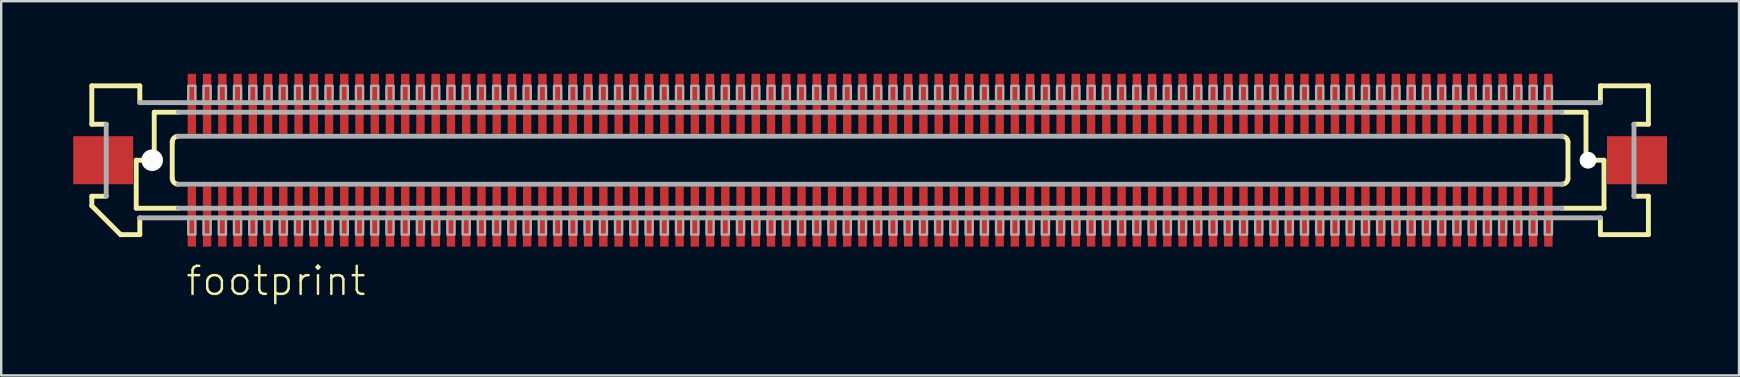
<source format=kicad_pcb>
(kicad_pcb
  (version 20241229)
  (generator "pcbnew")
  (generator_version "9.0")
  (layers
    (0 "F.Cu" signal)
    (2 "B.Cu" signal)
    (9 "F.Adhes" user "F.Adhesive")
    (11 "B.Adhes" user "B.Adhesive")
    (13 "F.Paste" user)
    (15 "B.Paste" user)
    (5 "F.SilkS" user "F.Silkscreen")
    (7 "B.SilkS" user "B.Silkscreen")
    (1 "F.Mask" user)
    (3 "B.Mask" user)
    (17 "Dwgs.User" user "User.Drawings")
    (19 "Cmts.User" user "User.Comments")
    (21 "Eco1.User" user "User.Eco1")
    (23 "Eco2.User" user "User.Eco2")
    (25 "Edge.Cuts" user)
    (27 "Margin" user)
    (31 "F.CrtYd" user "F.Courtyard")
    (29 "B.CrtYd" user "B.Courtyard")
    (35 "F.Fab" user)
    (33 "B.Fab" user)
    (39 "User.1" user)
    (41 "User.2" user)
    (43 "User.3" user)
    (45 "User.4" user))
  (footprint "footprint"
    (layer "F.Cu")
    (at 33.2 3.625)
    (property "Reference" "footprint" (at -28.575 5.715 0) (layer "F.SilkS") (effects (font (size 1.168 1.168) (thickness 0.102)) (justify left bottom)))
    (fp_poly (pts (xy -28.457 3.625) (xy -28.058 3.625) (xy -28.058 1.075) (xy -28.457 1.075)) (stroke (width 0) (type solid)) (fill yes) (layer "F.Mask"))
    (fp_poly (pts (xy -28.058 -3.625) (xy -28.457 -3.625) (xy -28.457 -1.075) (xy -28.058 -1.075)) (stroke (width 0) (type solid)) (fill yes) (layer "F.Mask"))
    (fp_poly (pts (xy -27.823 3.625) (xy -27.422 3.625) (xy -27.422 1.075) (xy -27.823 1.075)) (stroke (width 0) (type solid)) (fill yes) (layer "F.Mask"))
    (fp_poly (pts (xy -27.422 -3.625) (xy -27.823 -3.625) (xy -27.823 -1.075) (xy -27.422 -1.075)) (stroke (width 0) (type solid)) (fill yes) (layer "F.Mask"))
    (fp_poly (pts (xy -27.188 3.625) (xy -26.788 3.625) (xy -26.788 1.075) (xy -27.188 1.075)) (stroke (width 0) (type solid)) (fill yes) (layer "F.Mask"))
    (fp_poly (pts (xy -26.788 -3.625) (xy -27.188 -3.625) (xy -27.188 -1.075) (xy -26.788 -1.075)) (stroke (width 0) (type solid)) (fill yes) (layer "F.Mask"))
    (fp_poly (pts (xy -26.552 3.625) (xy -26.152 3.625) (xy -26.152 1.075) (xy -26.552 1.075)) (stroke (width 0) (type solid)) (fill yes) (layer "F.Mask"))
    (fp_poly (pts (xy -26.152 -3.625) (xy -26.552 -3.625) (xy -26.552 -1.075) (xy -26.152 -1.075)) (stroke (width 0) (type solid)) (fill yes) (layer "F.Mask"))
    (fp_poly (pts (xy -25.918 3.625) (xy -25.517 3.625) (xy -25.517 1.075) (xy -25.918 1.075)) (stroke (width 0) (type solid)) (fill yes) (layer "F.Mask"))
    (fp_poly (pts (xy -25.517 -3.625) (xy -25.918 -3.625) (xy -25.918 -1.075) (xy -25.517 -1.075)) (stroke (width 0) (type solid)) (fill yes) (layer "F.Mask"))
    (fp_poly (pts (xy -25.282 3.625) (xy -24.883 3.625) (xy -24.883 1.075) (xy -25.282 1.075)) (stroke (width 0) (type solid)) (fill yes) (layer "F.Mask"))
    (fp_poly (pts (xy -24.883 -3.625) (xy -25.282 -3.625) (xy -25.282 -1.075) (xy -24.883 -1.075)) (stroke (width 0) (type solid)) (fill yes) (layer "F.Mask"))
    (fp_poly (pts (xy -24.648 3.625) (xy -24.247 3.625) (xy -24.247 1.075) (xy -24.648 1.075)) (stroke (width 0) (type solid)) (fill yes) (layer "F.Mask"))
    (fp_poly (pts (xy -24.247 -3.625) (xy -24.648 -3.625) (xy -24.648 -1.075) (xy -24.247 -1.075)) (stroke (width 0) (type solid)) (fill yes) (layer "F.Mask"))
    (fp_poly (pts (xy -24.012 3.625) (xy -23.613 3.625) (xy -23.613 1.075) (xy -24.012 1.075)) (stroke (width 0) (type solid)) (fill yes) (layer "F.Mask"))
    (fp_poly (pts (xy -23.613 -3.625) (xy -24.012 -3.625) (xy -24.012 -1.075) (xy -23.613 -1.075)) (stroke (width 0) (type solid)) (fill yes) (layer "F.Mask"))
    (fp_poly (pts (xy -23.378 3.625) (xy -22.977 3.625) (xy -22.977 1.075) (xy -23.378 1.075)) (stroke (width 0) (type solid)) (fill yes) (layer "F.Mask"))
    (fp_poly (pts (xy -22.977 -3.625) (xy -23.378 -3.625) (xy -23.378 -1.075) (xy -22.977 -1.075)) (stroke (width 0) (type solid)) (fill yes) (layer "F.Mask"))
    (fp_poly (pts (xy -22.742 3.625) (xy -22.343 3.625) (xy -22.343 1.075) (xy -22.742 1.075)) (stroke (width 0) (type solid)) (fill yes) (layer "F.Mask"))
    (fp_poly (pts (xy -22.343 -3.625) (xy -22.742 -3.625) (xy -22.742 -1.075) (xy -22.343 -1.075)) (stroke (width 0) (type solid)) (fill yes) (layer "F.Mask"))
    (fp_poly (pts (xy -22.108 3.625) (xy -21.707 3.625) (xy -21.707 1.075) (xy -22.108 1.075)) (stroke (width 0) (type solid)) (fill yes) (layer "F.Mask"))
    (fp_poly (pts (xy -21.707 -3.625) (xy -22.108 -3.625) (xy -22.108 -1.075) (xy -21.707 -1.075)) (stroke (width 0) (type solid)) (fill yes) (layer "F.Mask"))
    (fp_poly (pts (xy -21.473 3.625) (xy -21.073 3.625) (xy -21.073 1.075) (xy -21.473 1.075)) (stroke (width 0) (type solid)) (fill yes) (layer "F.Mask"))
    (fp_poly (pts (xy -21.073 -3.625) (xy -21.473 -3.625) (xy -21.473 -1.075) (xy -21.073 -1.075)) (stroke (width 0) (type solid)) (fill yes) (layer "F.Mask"))
    (fp_poly (pts (xy -20.837 3.625) (xy -20.438 3.625) (xy -20.438 1.075) (xy -20.837 1.075)) (stroke (width 0) (type solid)) (fill yes) (layer "F.Mask"))
    (fp_poly (pts (xy -20.438 -3.625) (xy -20.837 -3.625) (xy -20.837 -1.075) (xy -20.438 -1.075)) (stroke (width 0) (type solid)) (fill yes) (layer "F.Mask"))
    (fp_poly (pts (xy -20.203 3.625) (xy -19.802 3.625) (xy -19.802 1.075) (xy -20.203 1.075)) (stroke (width 0) (type solid)) (fill yes) (layer "F.Mask"))
    (fp_poly (pts (xy -19.802 -3.625) (xy -20.203 -3.625) (xy -20.203 -1.075) (xy -19.802 -1.075)) (stroke (width 0) (type solid)) (fill yes) (layer "F.Mask"))
    (fp_poly (pts (xy -19.567 3.625) (xy -19.168 3.625) (xy -19.168 1.075) (xy -19.567 1.075)) (stroke (width 0) (type solid)) (fill yes) (layer "F.Mask"))
    (fp_poly (pts (xy -19.168 -3.625) (xy -19.567 -3.625) (xy -19.567 -1.075) (xy -19.168 -1.075)) (stroke (width 0) (type solid)) (fill yes) (layer "F.Mask"))
    (fp_poly (pts (xy -18.933 3.625) (xy -18.532 3.625) (xy -18.532 1.075) (xy -18.933 1.075)) (stroke (width 0) (type solid)) (fill yes) (layer "F.Mask"))
    (fp_poly (pts (xy -18.532 -3.625) (xy -18.933 -3.625) (xy -18.933 -1.075) (xy -18.532 -1.075)) (stroke (width 0) (type solid)) (fill yes) (layer "F.Mask"))
    (fp_poly (pts (xy -18.297 3.625) (xy -17.898 3.625) (xy -17.898 1.075) (xy -18.297 1.075)) (stroke (width 0) (type solid)) (fill yes) (layer "F.Mask"))
    (fp_poly (pts (xy -17.898 -3.625) (xy -18.297 -3.625) (xy -18.297 -1.075) (xy -17.898 -1.075)) (stroke (width 0) (type solid)) (fill yes) (layer "F.Mask"))
    (fp_poly (pts (xy -17.663 3.625) (xy -17.262 3.625) (xy -17.262 1.075) (xy -17.663 1.075)) (stroke (width 0) (type solid)) (fill yes) (layer "F.Mask"))
    (fp_poly (pts (xy -17.262 -3.625) (xy -17.663 -3.625) (xy -17.663 -1.075) (xy -17.262 -1.075)) (stroke (width 0) (type solid)) (fill yes) (layer "F.Mask"))
    (fp_poly (pts (xy -17.027 3.625) (xy -16.628 3.625) (xy -16.628 1.075) (xy -17.027 1.075)) (stroke (width 0) (type solid)) (fill yes) (layer "F.Mask"))
    (fp_poly (pts (xy -16.628 -3.625) (xy -17.027 -3.625) (xy -17.027 -1.075) (xy -16.628 -1.075)) (stroke (width 0) (type solid)) (fill yes) (layer "F.Mask"))
    (fp_poly (pts (xy -16.392 3.625) (xy -15.992 3.625) (xy -15.992 1.075) (xy -16.392 1.075)) (stroke (width 0) (type solid)) (fill yes) (layer "F.Mask"))
    (fp_poly (pts (xy -15.992 -3.625) (xy -16.392 -3.625) (xy -16.392 -1.075) (xy -15.992 -1.075)) (stroke (width 0) (type solid)) (fill yes) (layer "F.Mask"))
    (fp_poly (pts (xy -15.758 3.625) (xy -15.357 3.625) (xy -15.357 1.075) (xy -15.758 1.075)) (stroke (width 0) (type solid)) (fill yes) (layer "F.Mask"))
    (fp_poly (pts (xy -15.357 -3.625) (xy -15.758 -3.625) (xy -15.758 -1.075) (xy -15.357 -1.075)) (stroke (width 0) (type solid)) (fill yes) (layer "F.Mask"))
    (fp_poly (pts (xy -15.123 3.625) (xy -14.723 3.625) (xy -14.723 1.075) (xy -15.123 1.075)) (stroke (width 0) (type solid)) (fill yes) (layer "F.Mask"))
    (fp_poly (pts (xy -14.723 -3.625) (xy -15.123 -3.625) (xy -15.123 -1.075) (xy -14.723 -1.075)) (stroke (width 0) (type solid)) (fill yes) (layer "F.Mask"))
    (fp_poly (pts (xy -14.488 3.625) (xy -14.088 3.625) (xy -14.088 1.075) (xy -14.488 1.075)) (stroke (width 0) (type solid)) (fill yes) (layer "F.Mask"))
    (fp_poly (pts (xy -14.088 -3.625) (xy -14.488 -3.625) (xy -14.488 -1.075) (xy -14.088 -1.075)) (stroke (width 0) (type solid)) (fill yes) (layer "F.Mask"))
    (fp_poly (pts (xy -13.852 3.625) (xy -13.453 3.625) (xy -13.453 1.075) (xy -13.852 1.075)) (stroke (width 0) (type solid)) (fill yes) (layer "F.Mask"))
    (fp_poly (pts (xy -13.453 -3.625) (xy -13.852 -3.625) (xy -13.852 -1.075) (xy -13.453 -1.075)) (stroke (width 0) (type solid)) (fill yes) (layer "F.Mask"))
    (fp_poly (pts (xy -13.217 3.625) (xy -12.818 3.625) (xy -12.818 1.075) (xy -13.217 1.075)) (stroke (width 0) (type solid)) (fill yes) (layer "F.Mask"))
    (fp_poly (pts (xy -12.818 -3.625) (xy -13.217 -3.625) (xy -13.217 -1.075) (xy -12.818 -1.075)) (stroke (width 0) (type solid)) (fill yes) (layer "F.Mask"))
    (fp_poly (pts (xy -12.582 3.625) (xy -12.182 3.625) (xy -12.182 1.075) (xy -12.582 1.075)) (stroke (width 0) (type solid)) (fill yes) (layer "F.Mask"))
    (fp_poly (pts (xy -12.182 -3.625) (xy -12.582 -3.625) (xy -12.582 -1.075) (xy -12.182 -1.075)) (stroke (width 0) (type solid)) (fill yes) (layer "F.Mask"))
    (fp_poly (pts (xy -11.947 3.625) (xy -11.547 3.625) (xy -11.547 1.075) (xy -11.947 1.075)) (stroke (width 0) (type solid)) (fill yes) (layer "F.Mask"))
    (fp_poly (pts (xy -11.547 -3.625) (xy -11.947 -3.625) (xy -11.947 -1.075) (xy -11.547 -1.075)) (stroke (width 0) (type solid)) (fill yes) (layer "F.Mask"))
    (fp_poly (pts (xy -11.312 3.625) (xy -10.912 3.625) (xy -10.912 1.075) (xy -11.312 1.075)) (stroke (width 0) (type solid)) (fill yes) (layer "F.Mask"))
    (fp_poly (pts (xy -10.912 -3.625) (xy -11.312 -3.625) (xy -11.312 -1.075) (xy -10.912 -1.075)) (stroke (width 0) (type solid)) (fill yes) (layer "F.Mask"))
    (fp_poly (pts (xy -10.678 3.625) (xy -10.277 3.625) (xy -10.277 1.075) (xy -10.678 1.075)) (stroke (width 0) (type solid)) (fill yes) (layer "F.Mask"))
    (fp_poly (pts (xy -10.277 -3.625) (xy -10.678 -3.625) (xy -10.678 -1.075) (xy -10.277 -1.075)) (stroke (width 0) (type solid)) (fill yes) (layer "F.Mask"))
    (fp_poly (pts (xy -10.043 3.625) (xy -9.643 3.625) (xy -9.643 1.075) (xy -10.043 1.075)) (stroke (width 0) (type solid)) (fill yes) (layer "F.Mask"))
    (fp_poly (pts (xy -9.643 -3.625) (xy -10.043 -3.625) (xy -10.043 -1.075) (xy -9.643 -1.075)) (stroke (width 0) (type solid)) (fill yes) (layer "F.Mask"))
    (fp_poly (pts (xy -9.408 3.625) (xy -9.008 3.625) (xy -9.008 1.075) (xy -9.408 1.075)) (stroke (width 0) (type solid)) (fill yes) (layer "F.Mask"))
    (fp_poly (pts (xy -9.008 -3.625) (xy -9.408 -3.625) (xy -9.408 -1.075) (xy -9.008 -1.075)) (stroke (width 0) (type solid)) (fill yes) (layer "F.Mask"))
    (fp_poly (pts (xy -8.773 3.625) (xy -8.373 3.625) (xy -8.373 1.075) (xy -8.773 1.075)) (stroke (width 0) (type solid)) (fill yes) (layer "F.Mask"))
    (fp_poly (pts (xy -8.373 -3.625) (xy -8.773 -3.625) (xy -8.773 -1.075) (xy -8.373 -1.075)) (stroke (width 0) (type solid)) (fill yes) (layer "F.Mask"))
    (fp_poly (pts (xy -8.137 3.625) (xy -7.737 3.625) (xy -7.737 1.075) (xy -8.137 1.075)) (stroke (width 0) (type solid)) (fill yes) (layer "F.Mask"))
    (fp_poly (pts (xy -7.737 -3.625) (xy -8.137 -3.625) (xy -8.137 -1.075) (xy -7.737 -1.075)) (stroke (width 0) (type solid)) (fill yes) (layer "F.Mask"))
    (fp_poly (pts (xy -7.503 3.625) (xy -7.103 3.625) (xy -7.103 1.075) (xy -7.503 1.075)) (stroke (width 0) (type solid)) (fill yes) (layer "F.Mask"))
    (fp_poly (pts (xy -7.103 -3.625) (xy -7.503 -3.625) (xy -7.503 -1.075) (xy -7.103 -1.075)) (stroke (width 0) (type solid)) (fill yes) (layer "F.Mask"))
    (fp_poly (pts (xy -6.867 3.625) (xy -6.468 3.625) (xy -6.468 1.075) (xy -6.867 1.075)) (stroke (width 0) (type solid)) (fill yes) (layer "F.Mask"))
    (fp_poly (pts (xy -6.468 -3.625) (xy -6.867 -3.625) (xy -6.867 -1.075) (xy -6.468 -1.075)) (stroke (width 0) (type solid)) (fill yes) (layer "F.Mask"))
    (fp_poly (pts (xy -6.232 3.625) (xy -5.832 3.625) (xy -5.832 1.075) (xy -6.232 1.075)) (stroke (width 0) (type solid)) (fill yes) (layer "F.Mask"))
    (fp_poly (pts (xy -5.832 -3.625) (xy -6.232 -3.625) (xy -6.232 -1.075) (xy -5.832 -1.075)) (stroke (width 0) (type solid)) (fill yes) (layer "F.Mask"))
    (fp_poly (pts (xy -5.598 3.625) (xy -5.197 3.625) (xy -5.197 1.075) (xy -5.598 1.075)) (stroke (width 0) (type solid)) (fill yes) (layer "F.Mask"))
    (fp_poly (pts (xy -5.197 -3.625) (xy -5.598 -3.625) (xy -5.598 -1.075) (xy -5.197 -1.075)) (stroke (width 0) (type solid)) (fill yes) (layer "F.Mask"))
    (fp_poly (pts (xy -4.963 3.625) (xy -4.562 3.625) (xy -4.562 1.075) (xy -4.963 1.075)) (stroke (width 0) (type solid)) (fill yes) (layer "F.Mask"))
    (fp_poly (pts (xy -4.562 -3.625) (xy -4.963 -3.625) (xy -4.963 -1.075) (xy -4.562 -1.075)) (stroke (width 0) (type solid)) (fill yes) (layer "F.Mask"))
    (fp_poly (pts (xy -4.327 3.625) (xy -3.928 3.625) (xy -3.928 1.075) (xy -4.327 1.075)) (stroke (width 0) (type solid)) (fill yes) (layer "F.Mask"))
    (fp_poly (pts (xy -3.928 -3.625) (xy -4.327 -3.625) (xy -4.327 -1.075) (xy -3.928 -1.075)) (stroke (width 0) (type solid)) (fill yes) (layer "F.Mask"))
    (fp_poly (pts (xy -3.692 3.625) (xy -3.292 3.625) (xy -3.292 1.075) (xy -3.692 1.075)) (stroke (width 0) (type solid)) (fill yes) (layer "F.Mask"))
    (fp_poly (pts (xy -3.292 -3.625) (xy -3.692 -3.625) (xy -3.692 -1.075) (xy -3.292 -1.075)) (stroke (width 0) (type solid)) (fill yes) (layer "F.Mask"))
    (fp_poly (pts (xy -3.058 3.625) (xy -2.658 3.625) (xy -2.658 1.075) (xy -3.058 1.075)) (stroke (width 0) (type solid)) (fill yes) (layer "F.Mask"))
    (fp_poly (pts (xy -2.658 -3.625) (xy -3.058 -3.625) (xy -3.058 -1.075) (xy -2.658 -1.075)) (stroke (width 0) (type solid)) (fill yes) (layer "F.Mask"))
    (fp_poly (pts (xy -2.422 3.625) (xy -2.022 3.625) (xy -2.022 1.075) (xy -2.422 1.075)) (stroke (width 0) (type solid)) (fill yes) (layer "F.Mask"))
    (fp_poly (pts (xy -2.022 -3.625) (xy -2.422 -3.625) (xy -2.422 -1.075) (xy -2.022 -1.075)) (stroke (width 0) (type solid)) (fill yes) (layer "F.Mask"))
    (fp_poly (pts (xy -1.788 3.625) (xy -1.387 3.625) (xy -1.387 1.075) (xy -1.788 1.075)) (stroke (width 0) (type solid)) (fill yes) (layer "F.Mask"))
    (fp_poly (pts (xy -1.387 -3.625) (xy -1.788 -3.625) (xy -1.788 -1.075) (xy -1.387 -1.075)) (stroke (width 0) (type solid)) (fill yes) (layer "F.Mask"))
    (fp_poly (pts (xy -1.153 3.625) (xy -0.752 3.625) (xy -0.752 1.075) (xy -1.153 1.075)) (stroke (width 0) (type solid)) (fill yes) (layer "F.Mask"))
    (fp_poly (pts (xy -0.752 -3.625) (xy -1.153 -3.625) (xy -1.153 -1.075) (xy -0.752 -1.075)) (stroke (width 0) (type solid)) (fill yes) (layer "F.Mask"))
    (fp_poly (pts (xy -0.517 3.625) (xy -0.117 3.625) (xy -0.117 1.075) (xy -0.517 1.075)) (stroke (width 0) (type solid)) (fill yes) (layer "F.Mask"))
    (fp_poly (pts (xy -0.117 -3.625) (xy -0.517 -3.625) (xy -0.517 -1.075) (xy -0.117 -1.075)) (stroke (width 0) (type solid)) (fill yes) (layer "F.Mask"))
    (fp_poly (pts (xy 0.117 3.625) (xy 0.517 3.625) (xy 0.517 1.075) (xy 0.117 1.075)) (stroke (width 0) (type solid)) (fill yes) (layer "F.Mask"))
    (fp_poly (pts (xy 0.517 -3.625) (xy 0.117 -3.625) (xy 0.117 -1.075) (xy 0.517 -1.075)) (stroke (width 0) (type solid)) (fill yes) (layer "F.Mask"))
    (fp_poly (pts (xy 0.752 3.625) (xy 1.153 3.625) (xy 1.153 1.075) (xy 0.752 1.075)) (stroke (width 0) (type solid)) (fill yes) (layer "F.Mask"))
    (fp_poly (pts (xy 1.153 -3.625) (xy 0.752 -3.625) (xy 0.752 -1.075) (xy 1.153 -1.075)) (stroke (width 0) (type solid)) (fill yes) (layer "F.Mask"))
    (fp_poly (pts (xy 1.387 3.625) (xy 1.788 3.625) (xy 1.788 1.075) (xy 1.387 1.075)) (stroke (width 0) (type solid)) (fill yes) (layer "F.Mask"))
    (fp_poly (pts (xy 1.788 -3.625) (xy 1.387 -3.625) (xy 1.387 -1.075) (xy 1.788 -1.075)) (stroke (width 0) (type solid)) (fill yes) (layer "F.Mask"))
    (fp_poly (pts (xy 2.022 3.625) (xy 2.422 3.625) (xy 2.422 1.075) (xy 2.022 1.075)) (stroke (width 0) (type solid)) (fill yes) (layer "F.Mask"))
    (fp_poly (pts (xy 2.422 -3.625) (xy 2.022 -3.625) (xy 2.022 -1.075) (xy 2.422 -1.075)) (stroke (width 0) (type solid)) (fill yes) (layer "F.Mask"))
    (fp_poly (pts (xy 2.658 3.625) (xy 3.058 3.625) (xy 3.058 1.075) (xy 2.658 1.075)) (stroke (width 0) (type solid)) (fill yes) (layer "F.Mask"))
    (fp_poly (pts (xy 3.058 -3.625) (xy 2.658 -3.625) (xy 2.658 -1.075) (xy 3.058 -1.075)) (stroke (width 0) (type solid)) (fill yes) (layer "F.Mask"))
    (fp_poly (pts (xy 3.292 3.625) (xy 3.692 3.625) (xy 3.692 1.075) (xy 3.292 1.075)) (stroke (width 0) (type solid)) (fill yes) (layer "F.Mask"))
    (fp_poly (pts (xy 3.692 -3.625) (xy 3.292 -3.625) (xy 3.292 -1.075) (xy 3.692 -1.075)) (stroke (width 0) (type solid)) (fill yes) (layer "F.Mask"))
    (fp_poly (pts (xy 3.928 3.625) (xy 4.327 3.625) (xy 4.327 1.075) (xy 3.928 1.075)) (stroke (width 0) (type solid)) (fill yes) (layer "F.Mask"))
    (fp_poly (pts (xy 4.327 -3.625) (xy 3.928 -3.625) (xy 3.928 -1.075) (xy 4.327 -1.075)) (stroke (width 0) (type solid)) (fill yes) (layer "F.Mask"))
    (fp_poly (pts (xy 4.562 3.625) (xy 4.963 3.625) (xy 4.963 1.075) (xy 4.562 1.075)) (stroke (width 0) (type solid)) (fill yes) (layer "F.Mask"))
    (fp_poly (pts (xy 4.963 -3.625) (xy 4.562 -3.625) (xy 4.562 -1.075) (xy 4.963 -1.075)) (stroke (width 0) (type solid)) (fill yes) (layer "F.Mask"))
    (fp_poly (pts (xy 5.197 3.625) (xy 5.598 3.625) (xy 5.598 1.075) (xy 5.197 1.075)) (stroke (width 0) (type solid)) (fill yes) (layer "F.Mask"))
    (fp_poly (pts (xy 5.598 -3.625) (xy 5.197 -3.625) (xy 5.197 -1.075) (xy 5.598 -1.075)) (stroke (width 0) (type solid)) (fill yes) (layer "F.Mask"))
    (fp_poly (pts (xy 5.832 3.625) (xy 6.232 3.625) (xy 6.232 1.075) (xy 5.832 1.075)) (stroke (width 0) (type solid)) (fill yes) (layer "F.Mask"))
    (fp_poly (pts (xy 6.232 -3.625) (xy 5.832 -3.625) (xy 5.832 -1.075) (xy 6.232 -1.075)) (stroke (width 0) (type solid)) (fill yes) (layer "F.Mask"))
    (fp_poly (pts (xy 6.468 3.625) (xy 6.867 3.625) (xy 6.867 1.075) (xy 6.468 1.075)) (stroke (width 0) (type solid)) (fill yes) (layer "F.Mask"))
    (fp_poly (pts (xy 6.867 -3.625) (xy 6.468 -3.625) (xy 6.468 -1.075) (xy 6.867 -1.075)) (stroke (width 0) (type solid)) (fill yes) (layer "F.Mask"))
    (fp_poly (pts (xy 7.103 3.625) (xy 7.503 3.625) (xy 7.503 1.075) (xy 7.103 1.075)) (stroke (width 0) (type solid)) (fill yes) (layer "F.Mask"))
    (fp_poly (pts (xy 7.503 -3.625) (xy 7.103 -3.625) (xy 7.103 -1.075) (xy 7.503 -1.075)) (stroke (width 0) (type solid)) (fill yes) (layer "F.Mask"))
    (fp_poly (pts (xy 7.737 3.625) (xy 8.137 3.625) (xy 8.137 1.075) (xy 7.737 1.075)) (stroke (width 0) (type solid)) (fill yes) (layer "F.Mask"))
    (fp_poly (pts (xy 8.137 -3.625) (xy 7.737 -3.625) (xy 7.737 -1.075) (xy 8.137 -1.075)) (stroke (width 0) (type solid)) (fill yes) (layer "F.Mask"))
    (fp_poly (pts (xy 8.373 3.625) (xy 8.773 3.625) (xy 8.773 1.075) (xy 8.373 1.075)) (stroke (width 0) (type solid)) (fill yes) (layer "F.Mask"))
    (fp_poly (pts (xy 8.773 -3.625) (xy 8.373 -3.625) (xy 8.373 -1.075) (xy 8.773 -1.075)) (stroke (width 0) (type solid)) (fill yes) (layer "F.Mask"))
    (fp_poly (pts (xy 9.008 3.625) (xy 9.408 3.625) (xy 9.408 1.075) (xy 9.008 1.075)) (stroke (width 0) (type solid)) (fill yes) (layer "F.Mask"))
    (fp_poly (pts (xy 9.408 -3.625) (xy 9.008 -3.625) (xy 9.008 -1.075) (xy 9.408 -1.075)) (stroke (width 0) (type solid)) (fill yes) (layer "F.Mask"))
    (fp_poly (pts (xy 9.643 3.625) (xy 10.043 3.625) (xy 10.043 1.075) (xy 9.643 1.075)) (stroke (width 0) (type solid)) (fill yes) (layer "F.Mask"))
    (fp_poly (pts (xy 10.043 -3.625) (xy 9.643 -3.625) (xy 9.643 -1.075) (xy 10.043 -1.075)) (stroke (width 0) (type solid)) (fill yes) (layer "F.Mask"))
    (fp_poly (pts (xy 10.277 3.625) (xy 10.678 3.625) (xy 10.678 1.075) (xy 10.277 1.075)) (stroke (width 0) (type solid)) (fill yes) (layer "F.Mask"))
    (fp_poly (pts (xy 10.678 -3.625) (xy 10.277 -3.625) (xy 10.277 -1.075) (xy 10.678 -1.075)) (stroke (width 0) (type solid)) (fill yes) (layer "F.Mask"))
    (fp_poly (pts (xy 10.912 3.625) (xy 11.312 3.625) (xy 11.312 1.075) (xy 10.912 1.075)) (stroke (width 0) (type solid)) (fill yes) (layer "F.Mask"))
    (fp_poly (pts (xy 11.312 -3.625) (xy 10.912 -3.625) (xy 10.912 -1.075) (xy 11.312 -1.075)) (stroke (width 0) (type solid)) (fill yes) (layer "F.Mask"))
    (fp_poly (pts (xy 11.547 3.625) (xy 11.947 3.625) (xy 11.947 1.075) (xy 11.547 1.075)) (stroke (width 0) (type solid)) (fill yes) (layer "F.Mask"))
    (fp_poly (pts (xy 11.947 -3.625) (xy 11.547 -3.625) (xy 11.547 -1.075) (xy 11.947 -1.075)) (stroke (width 0) (type solid)) (fill yes) (layer "F.Mask"))
    (fp_poly (pts (xy 12.182 3.625) (xy 12.582 3.625) (xy 12.582 1.075) (xy 12.182 1.075)) (stroke (width 0) (type solid)) (fill yes) (layer "F.Mask"))
    (fp_poly (pts (xy 12.582 -3.625) (xy 12.182 -3.625) (xy 12.182 -1.075) (xy 12.582 -1.075)) (stroke (width 0) (type solid)) (fill yes) (layer "F.Mask"))
    (fp_poly (pts (xy 12.818 3.625) (xy 13.217 3.625) (xy 13.217 1.075) (xy 12.818 1.075)) (stroke (width 0) (type solid)) (fill yes) (layer "F.Mask"))
    (fp_poly (pts (xy 13.217 -3.625) (xy 12.818 -3.625) (xy 12.818 -1.075) (xy 13.217 -1.075)) (stroke (width 0) (type solid)) (fill yes) (layer "F.Mask"))
    (fp_poly (pts (xy 13.453 3.625) (xy 13.852 3.625) (xy 13.852 1.075) (xy 13.453 1.075)) (stroke (width 0) (type solid)) (fill yes) (layer "F.Mask"))
    (fp_poly (pts (xy 13.852 -3.625) (xy 13.453 -3.625) (xy 13.453 -1.075) (xy 13.852 -1.075)) (stroke (width 0) (type solid)) (fill yes) (layer "F.Mask"))
    (fp_poly (pts (xy 14.088 3.625) (xy 14.488 3.625) (xy 14.488 1.075) (xy 14.088 1.075)) (stroke (width 0) (type solid)) (fill yes) (layer "F.Mask"))
    (fp_poly (pts (xy 14.488 -3.625) (xy 14.088 -3.625) (xy 14.088 -1.075) (xy 14.488 -1.075)) (stroke (width 0) (type solid)) (fill yes) (layer "F.Mask"))
    (fp_poly (pts (xy 14.723 3.625) (xy 15.123 3.625) (xy 15.123 1.075) (xy 14.723 1.075)) (stroke (width 0) (type solid)) (fill yes) (layer "F.Mask"))
    (fp_poly (pts (xy 15.123 -3.625) (xy 14.723 -3.625) (xy 14.723 -1.075) (xy 15.123 -1.075)) (stroke (width 0) (type solid)) (fill yes) (layer "F.Mask"))
    (fp_poly (pts (xy 15.357 3.625) (xy 15.758 3.625) (xy 15.758 1.075) (xy 15.357 1.075)) (stroke (width 0) (type solid)) (fill yes) (layer "F.Mask"))
    (fp_poly (pts (xy 15.758 -3.625) (xy 15.357 -3.625) (xy 15.357 -1.075) (xy 15.758 -1.075)) (stroke (width 0) (type solid)) (fill yes) (layer "F.Mask"))
    (fp_poly (pts (xy 15.992 3.625) (xy 16.392 3.625) (xy 16.392 1.075) (xy 15.992 1.075)) (stroke (width 0) (type solid)) (fill yes) (layer "F.Mask"))
    (fp_poly (pts (xy 16.392 -3.625) (xy 15.992 -3.625) (xy 15.992 -1.075) (xy 16.392 -1.075)) (stroke (width 0) (type solid)) (fill yes) (layer "F.Mask"))
    (fp_poly (pts (xy 16.628 3.625) (xy 17.027 3.625) (xy 17.027 1.075) (xy 16.628 1.075)) (stroke (width 0) (type solid)) (fill yes) (layer "F.Mask"))
    (fp_poly (pts (xy 17.027 -3.625) (xy 16.628 -3.625) (xy 16.628 -1.075) (xy 17.027 -1.075)) (stroke (width 0) (type solid)) (fill yes) (layer "F.Mask"))
    (fp_poly (pts (xy 17.262 3.625) (xy 17.663 3.625) (xy 17.663 1.075) (xy 17.262 1.075)) (stroke (width 0) (type solid)) (fill yes) (layer "F.Mask"))
    (fp_poly (pts (xy 17.663 -3.625) (xy 17.262 -3.625) (xy 17.262 -1.075) (xy 17.663 -1.075)) (stroke (width 0) (type solid)) (fill yes) (layer "F.Mask"))
    (fp_poly (pts (xy 17.898 3.625) (xy 18.297 3.625) (xy 18.297 1.075) (xy 17.898 1.075)) (stroke (width 0) (type solid)) (fill yes) (layer "F.Mask"))
    (fp_poly (pts (xy 18.297 -3.625) (xy 17.898 -3.625) (xy 17.898 -1.075) (xy 18.297 -1.075)) (stroke (width 0) (type solid)) (fill yes) (layer "F.Mask"))
    (fp_poly (pts (xy 18.532 3.625) (xy 18.933 3.625) (xy 18.933 1.075) (xy 18.532 1.075)) (stroke (width 0) (type solid)) (fill yes) (layer "F.Mask"))
    (fp_poly (pts (xy 18.933 -3.625) (xy 18.532 -3.625) (xy 18.532 -1.075) (xy 18.933 -1.075)) (stroke (width 0) (type solid)) (fill yes) (layer "F.Mask"))
    (fp_poly (pts (xy 19.168 3.625) (xy 19.567 3.625) (xy 19.567 1.075) (xy 19.168 1.075)) (stroke (width 0) (type solid)) (fill yes) (layer "F.Mask"))
    (fp_poly (pts (xy 19.567 -3.625) (xy 19.168 -3.625) (xy 19.168 -1.075) (xy 19.567 -1.075)) (stroke (width 0) (type solid)) (fill yes) (layer "F.Mask"))
    (fp_poly (pts (xy 19.802 3.625) (xy 20.203 3.625) (xy 20.203 1.075) (xy 19.802 1.075)) (stroke (width 0) (type solid)) (fill yes) (layer "F.Mask"))
    (fp_poly (pts (xy 20.203 -3.625) (xy 19.802 -3.625) (xy 19.802 -1.075) (xy 20.203 -1.075)) (stroke (width 0) (type solid)) (fill yes) (layer "F.Mask"))
    (fp_poly (pts (xy 20.438 3.625) (xy 20.837 3.625) (xy 20.837 1.075) (xy 20.438 1.075)) (stroke (width 0) (type solid)) (fill yes) (layer "F.Mask"))
    (fp_poly (pts (xy 20.837 -3.625) (xy 20.438 -3.625) (xy 20.438 -1.075) (xy 20.837 -1.075)) (stroke (width 0) (type solid)) (fill yes) (layer "F.Mask"))
    (fp_poly (pts (xy 21.073 3.625) (xy 21.473 3.625) (xy 21.473 1.075) (xy 21.073 1.075)) (stroke (width 0) (type solid)) (fill yes) (layer "F.Mask"))
    (fp_poly (pts (xy 21.473 -3.625) (xy 21.073 -3.625) (xy 21.073 -1.075) (xy 21.473 -1.075)) (stroke (width 0) (type solid)) (fill yes) (layer "F.Mask"))
    (fp_poly (pts (xy 21.707 3.625) (xy 22.108 3.625) (xy 22.108 1.075) (xy 21.707 1.075)) (stroke (width 0) (type solid)) (fill yes) (layer "F.Mask"))
    (fp_poly (pts (xy 22.108 -3.625) (xy 21.707 -3.625) (xy 21.707 -1.075) (xy 22.108 -1.075)) (stroke (width 0) (type solid)) (fill yes) (layer "F.Mask"))
    (fp_poly (pts (xy 22.343 3.625) (xy 22.742 3.625) (xy 22.742 1.075) (xy 22.343 1.075)) (stroke (width 0) (type solid)) (fill yes) (layer "F.Mask"))
    (fp_poly (pts (xy 22.742 -3.625) (xy 22.343 -3.625) (xy 22.343 -1.075) (xy 22.742 -1.075)) (stroke (width 0) (type solid)) (fill yes) (layer "F.Mask"))
    (fp_poly (pts (xy 22.977 3.625) (xy 23.378 3.625) (xy 23.378 1.075) (xy 22.977 1.075)) (stroke (width 0) (type solid)) (fill yes) (layer "F.Mask"))
    (fp_poly (pts (xy 23.378 -3.625) (xy 22.977 -3.625) (xy 22.977 -1.075) (xy 23.378 -1.075)) (stroke (width 0) (type solid)) (fill yes) (layer "F.Mask"))
    (fp_poly (pts (xy 23.613 3.625) (xy 24.012 3.625) (xy 24.012 1.075) (xy 23.613 1.075)) (stroke (width 0) (type solid)) (fill yes) (layer "F.Mask"))
    (fp_poly (pts (xy 24.012 -3.625) (xy 23.613 -3.625) (xy 23.613 -1.075) (xy 24.012 -1.075)) (stroke (width 0) (type solid)) (fill yes) (layer "F.Mask"))
    (fp_poly (pts (xy 24.247 3.625) (xy 24.648 3.625) (xy 24.648 1.075) (xy 24.247 1.075)) (stroke (width 0) (type solid)) (fill yes) (layer "F.Mask"))
    (fp_poly (pts (xy 24.648 -3.625) (xy 24.247 -3.625) (xy 24.247 -1.075) (xy 24.648 -1.075)) (stroke (width 0) (type solid)) (fill yes) (layer "F.Mask"))
    (fp_poly (pts (xy 24.883 3.625) (xy 25.282 3.625) (xy 25.282 1.075) (xy 24.883 1.075)) (stroke (width 0) (type solid)) (fill yes) (layer "F.Mask"))
    (fp_poly (pts (xy 25.282 -3.625) (xy 24.883 -3.625) (xy 24.883 -1.075) (xy 25.282 -1.075)) (stroke (width 0) (type solid)) (fill yes) (layer "F.Mask"))
    (fp_poly (pts (xy 25.517 3.625) (xy 25.918 3.625) (xy 25.918 1.075) (xy 25.517 1.075)) (stroke (width 0) (type solid)) (fill yes) (layer "F.Mask"))
    (fp_poly (pts (xy 25.918 -3.625) (xy 25.517 -3.625) (xy 25.517 -1.075) (xy 25.918 -1.075)) (stroke (width 0) (type solid)) (fill yes) (layer "F.Mask"))
    (fp_poly (pts (xy 26.152 3.625) (xy 26.552 3.625) (xy 26.552 1.075) (xy 26.152 1.075)) (stroke (width 0) (type solid)) (fill yes) (layer "F.Mask"))
    (fp_poly (pts (xy 26.552 -3.625) (xy 26.152 -3.625) (xy 26.152 -1.075) (xy 26.552 -1.075)) (stroke (width 0) (type solid)) (fill yes) (layer "F.Mask"))
    (fp_poly (pts (xy 26.788 3.625) (xy 27.188 3.625) (xy 27.188 1.075) (xy 26.788 1.075)) (stroke (width 0) (type solid)) (fill yes) (layer "F.Mask"))
    (fp_poly (pts (xy 27.188 -3.625) (xy 26.788 -3.625) (xy 26.788 -1.075) (xy 27.188 -1.075)) (stroke (width 0) (type solid)) (fill yes) (layer "F.Mask"))
    (fp_poly (pts (xy 27.422 3.625) (xy 27.823 3.625) (xy 27.823 1.075) (xy 27.422 1.075)) (stroke (width 0) (type solid)) (fill yes) (layer "F.Mask"))
    (fp_poly (pts (xy 27.823 -3.625) (xy 27.422 -3.625) (xy 27.422 -1.075) (xy 27.823 -1.075)) (stroke (width 0) (type solid)) (fill yes) (layer "F.Mask"))
    (fp_poly (pts (xy 28.058 3.625) (xy 28.457 3.625) (xy 28.457 1.075) (xy 28.058 1.075)) (stroke (width 0) (type solid)) (fill yes) (layer "F.Mask"))
    (fp_poly (pts (xy 28.457 -3.625) (xy 28.058 -3.625) (xy 28.058 -1.075) (xy 28.457 -1.075)) (stroke (width 0) (type solid)) (fill yes) (layer "F.Mask"))
    (fp_line (start -32.425 -3.1) (end -30.425 -3.1) (stroke (width 0.203) (type solid)) (layer "F.SilkS"))
    (fp_line (start -32.425 -1.5) (end -32.425 -3.1) (stroke (width 0.203) (type solid)) (layer "F.SilkS"))
    (fp_line (start -32.425 1.5) (end -31.825 1.5) (stroke (width 0.203) (type solid)) (layer "F.SilkS"))
    (fp_line (start -32.425 1.9) (end -32.425 1.5) (stroke (width 0.203) (type solid)) (layer "F.SilkS"))
    (fp_line (start -31.825 -1.5) (end -32.425 -1.5) (stroke (width 0.203) (type solid)) (layer "F.SilkS"))
    (fp_line (start -31.225 3.1) (end -32.425 1.9) (stroke (width 0.203) (type solid)) (layer "F.SilkS"))
    (fp_line (start -30.575 0) (end -30.575 2) (stroke (width 0.203) (type solid)) (layer "F.SilkS"))
    (fp_line (start -30.575 2) (end -28.825 2) (stroke (width 0.203) (type solid)) (layer "F.SilkS"))
    (fp_line (start -30.425 -3.1) (end -30.425 -2.4) (stroke (width 0.203) (type solid)) (layer "F.SilkS"))
    (fp_line (start -30.425 2.4) (end -30.425 3.1) (stroke (width 0.203) (type solid)) (layer "F.SilkS"))
    (fp_line (start -30.425 3.1) (end -31.225 3.1) (stroke (width 0.203) (type solid)) (layer "F.SilkS"))
    (fp_line (start -29.825 -2) (end -29.825 0) (stroke (width 0.203) (type solid)) (layer "F.SilkS"))
    (fp_line (start -29.825 0) (end -30.575 0) (stroke (width 0.203) (type solid)) (layer "F.SilkS"))
    (fp_line (start -29.075 0.75) (end -29.075 -0.75) (stroke (width 0.203) (type solid)) (layer "F.SilkS"))
    (fp_line (start -28.825 -2) (end -29.825 -2) (stroke (width 0.203) (type solid)) (layer "F.SilkS"))
    (fp_line (start 28.825 2) (end 30.575 2) (stroke (width 0.203) (type solid)) (layer "F.SilkS"))
    (fp_line (start 29.075 -0.75) (end 29.075 0.75) (stroke (width 0.203) (type solid)) (layer "F.SilkS"))
    (fp_line (start 29.825 -2) (end 28.825 -2) (stroke (width 0.203) (type solid)) (layer "F.SilkS"))
    (fp_line (start 29.825 -2) (end 29.825 0) (stroke (width 0.203) (type solid)) (layer "F.SilkS"))
    (fp_line (start 30.425 -3.1) (end 32.425 -3.1) (stroke (width 0.203) (type solid)) (layer "F.SilkS"))
    (fp_line (start 30.425 -2.4) (end 30.425 -3.1) (stroke (width 0.203) (type solid)) (layer "F.SilkS"))
    (fp_line (start 30.425 3.1) (end 30.425 2.4) (stroke (width 0.203) (type solid)) (layer "F.SilkS"))
    (fp_line (start 30.575 0) (end 29.825 0) (stroke (width 0.203) (type solid)) (layer "F.SilkS"))
    (fp_line (start 30.575 0) (end 30.575 2) (stroke (width 0.203) (type solid)) (layer "F.SilkS"))
    (fp_line (start 31.825 1.5) (end 32.425 1.5) (stroke (width 0.203) (type solid)) (layer "F.SilkS"))
    (fp_line (start 32.425 -3.1) (end 32.425 -1.5) (stroke (width 0.203) (type solid)) (layer "F.SilkS"))
    (fp_line (start 32.425 -1.5) (end 31.825 -1.5) (stroke (width 0.203) (type solid)) (layer "F.SilkS"))
    (fp_line (start 32.425 1.5) (end 32.425 3.1) (stroke (width 0.203) (type solid)) (layer "F.SilkS"))
    (fp_line (start 32.425 3.1) (end 30.425 3.1) (stroke (width 0.203) (type solid)) (layer "F.SilkS"))
    (fp_arc (start -29.075 -0.75) (mid -29.001777 -0.926777) (end -28.825 -1) (stroke (width 0.2032) (type solid)) (layer "F.SilkS"))
    (fp_arc (start -28.825 1) (mid -29.001777 0.926777) (end -29.075 0.75) (stroke (width 0.2032) (type solid)) (layer "F.SilkS"))
    (fp_arc (start 28.825 -1) (mid 29.001777 -0.926777) (end 29.075 -0.75) (stroke (width 0.2032) (type solid)) (layer "F.SilkS"))
    (fp_arc (start 29.075 0.75) (mid 29.001777 0.926777) (end 28.825 1) (stroke (width 0.2032) (type solid)) (layer "F.SilkS"))
    (fp_line (start -31.825 1.5) (end -31.825 -1.5) (stroke (width 0.203) (type solid)) (layer "F.Fab"))
    (fp_line (start -30.425 -2.4) (end 30.425 -2.4) (stroke (width 0.203) (type solid)) (layer "F.Fab"))
    (fp_line (start -28.825 -1) (end 28.825 -1) (stroke (width 0.203) (type solid)) (layer "F.Fab"))
    (fp_line (start -28.825 2) (end 28.825 2) (stroke (width 0.203) (type solid)) (layer "F.Fab"))
    (fp_line (start 28.825 -2) (end -28.825 -2) (stroke (width 0.203) (type solid)) (layer "F.Fab"))
    (fp_line (start 28.825 1) (end -28.825 1) (stroke (width 0.203) (type solid)) (layer "F.Fab"))
    (fp_line (start 30.425 2.4) (end -30.425 2.4) (stroke (width 0.203) (type solid)) (layer "F.Fab"))
    (fp_line (start 31.825 -1.5) (end 31.825 1.5) (stroke (width 0.203) (type solid)) (layer "F.Fab"))
    (fp_poly (pts (xy -28.407 3.1) (xy -28.108 3.1) (xy -28.108 2.375) (xy -28.407 2.375)) (stroke (width 0.1) (type solid)) (fill no) (layer "F.Fab"))
    (fp_poly (pts (xy -28.108 -3.1) (xy -28.407 -3.1) (xy -28.407 -2.375) (xy -28.108 -2.375)) (stroke (width 0.1) (type solid)) (fill no) (layer "F.Fab"))
    (fp_poly (pts (xy -27.773 3.1) (xy -27.473 3.1) (xy -27.473 2.375) (xy -27.773 2.375)) (stroke (width 0.1) (type solid)) (fill no) (layer "F.Fab"))
    (fp_poly (pts (xy -27.473 -3.1) (xy -27.773 -3.1) (xy -27.773 -2.375) (xy -27.473 -2.375)) (stroke (width 0.1) (type solid)) (fill no) (layer "F.Fab"))
    (fp_poly (pts (xy -27.137 3.1) (xy -26.837 3.1) (xy -26.837 2.375) (xy -27.137 2.375)) (stroke (width 0.1) (type solid)) (fill no) (layer "F.Fab"))
    (fp_poly (pts (xy -26.837 -3.1) (xy -27.137 -3.1) (xy -27.137 -2.375) (xy -26.837 -2.375)) (stroke (width 0.1) (type solid)) (fill no) (layer "F.Fab"))
    (fp_poly (pts (xy -26.503 3.1) (xy -26.203 3.1) (xy -26.203 2.375) (xy -26.503 2.375)) (stroke (width 0.1) (type solid)) (fill no) (layer "F.Fab"))
    (fp_poly (pts (xy -26.203 -3.1) (xy -26.503 -3.1) (xy -26.503 -2.375) (xy -26.203 -2.375)) (stroke (width 0.1) (type solid)) (fill no) (layer "F.Fab"))
    (fp_poly (pts (xy -25.867 3.1) (xy -25.567 3.1) (xy -25.567 2.375) (xy -25.867 2.375)) (stroke (width 0.1) (type solid)) (fill no) (layer "F.Fab"))
    (fp_poly (pts (xy -25.567 -3.1) (xy -25.867 -3.1) (xy -25.867 -2.375) (xy -25.567 -2.375)) (stroke (width 0.1) (type solid)) (fill no) (layer "F.Fab"))
    (fp_poly (pts (xy -25.233 3.1) (xy -24.933 3.1) (xy -24.933 2.375) (xy -25.233 2.375)) (stroke (width 0.1) (type solid)) (fill no) (layer "F.Fab"))
    (fp_poly (pts (xy -24.933 -3.1) (xy -25.233 -3.1) (xy -25.233 -2.375) (xy -24.933 -2.375)) (stroke (width 0.1) (type solid)) (fill no) (layer "F.Fab"))
    (fp_poly (pts (xy -24.598 3.1) (xy -24.297 3.1) (xy -24.297 2.375) (xy -24.598 2.375)) (stroke (width 0.1) (type solid)) (fill no) (layer "F.Fab"))
    (fp_poly (pts (xy -24.297 -3.1) (xy -24.598 -3.1) (xy -24.598 -2.375) (xy -24.297 -2.375)) (stroke (width 0.1) (type solid)) (fill no) (layer "F.Fab"))
    (fp_poly (pts (xy -23.962 3.1) (xy -23.663 3.1) (xy -23.663 2.375) (xy -23.962 2.375)) (stroke (width 0.1) (type solid)) (fill no) (layer "F.Fab"))
    (fp_poly (pts (xy -23.663 -3.1) (xy -23.962 -3.1) (xy -23.962 -2.375) (xy -23.663 -2.375)) (stroke (width 0.1) (type solid)) (fill no) (layer "F.Fab"))
    (fp_poly (pts (xy -23.328 3.1) (xy -23.027 3.1) (xy -23.027 2.375) (xy -23.328 2.375)) (stroke (width 0.1) (type solid)) (fill no) (layer "F.Fab"))
    (fp_poly (pts (xy -23.027 -3.1) (xy -23.328 -3.1) (xy -23.328 -2.375) (xy -23.027 -2.375)) (stroke (width 0.1) (type solid)) (fill no) (layer "F.Fab"))
    (fp_poly (pts (xy -22.692 3.1) (xy -22.392 3.1) (xy -22.392 2.375) (xy -22.692 2.375)) (stroke (width 0.1) (type solid)) (fill no) (layer "F.Fab"))
    (fp_poly (pts (xy -22.392 -3.1) (xy -22.692 -3.1) (xy -22.692 -2.375) (xy -22.392 -2.375)) (stroke (width 0.1) (type solid)) (fill no) (layer "F.Fab"))
    (fp_poly (pts (xy -22.058 3.1) (xy -21.758 3.1) (xy -21.758 2.375) (xy -22.058 2.375)) (stroke (width 0.1) (type solid)) (fill no) (layer "F.Fab"))
    (fp_poly (pts (xy -21.758 -3.1) (xy -22.058 -3.1) (xy -22.058 -2.375) (xy -21.758 -2.375)) (stroke (width 0.1) (type solid)) (fill no) (layer "F.Fab"))
    (fp_poly (pts (xy -21.422 3.1) (xy -21.122 3.1) (xy -21.122 2.375) (xy -21.422 2.375)) (stroke (width 0.1) (type solid)) (fill no) (layer "F.Fab"))
    (fp_poly (pts (xy -21.122 -3.1) (xy -21.422 -3.1) (xy -21.422 -2.375) (xy -21.122 -2.375)) (stroke (width 0.1) (type solid)) (fill no) (layer "F.Fab"))
    (fp_poly (pts (xy -20.788 3.1) (xy -20.488 3.1) (xy -20.488 2.375) (xy -20.788 2.375)) (stroke (width 0.1) (type solid)) (fill no) (layer "F.Fab"))
    (fp_poly (pts (xy -20.488 -3.1) (xy -20.788 -3.1) (xy -20.788 -2.375) (xy -20.488 -2.375)) (stroke (width 0.1) (type solid)) (fill no) (layer "F.Fab"))
    (fp_poly (pts (xy -20.152 3.1) (xy -19.852 3.1) (xy -19.852 2.375) (xy -20.152 2.375)) (stroke (width 0.1) (type solid)) (fill no) (layer "F.Fab"))
    (fp_poly (pts (xy -19.852 -3.1) (xy -20.152 -3.1) (xy -20.152 -2.375) (xy -19.852 -2.375)) (stroke (width 0.1) (type solid)) (fill no) (layer "F.Fab"))
    (fp_poly (pts (xy -19.517 3.1) (xy -19.218 3.1) (xy -19.218 2.375) (xy -19.517 2.375)) (stroke (width 0.1) (type solid)) (fill no) (layer "F.Fab"))
    (fp_poly (pts (xy -19.218 -3.1) (xy -19.517 -3.1) (xy -19.517 -2.375) (xy -19.218 -2.375)) (stroke (width 0.1) (type solid)) (fill no) (layer "F.Fab"))
    (fp_poly (pts (xy -18.883 3.1) (xy -18.582 3.1) (xy -18.582 2.375) (xy -18.883 2.375)) (stroke (width 0.1) (type solid)) (fill no) (layer "F.Fab"))
    (fp_poly (pts (xy -18.582 -3.1) (xy -18.883 -3.1) (xy -18.883 -2.375) (xy -18.582 -2.375)) (stroke (width 0.1) (type solid)) (fill no) (layer "F.Fab"))
    (fp_poly (pts (xy -18.247 3.1) (xy -17.948 3.1) (xy -17.948 2.375) (xy -18.247 2.375)) (stroke (width 0.1) (type solid)) (fill no) (layer "F.Fab"))
    (fp_poly (pts (xy -17.948 -3.1) (xy -18.247 -3.1) (xy -18.247 -2.375) (xy -17.948 -2.375)) (stroke (width 0.1) (type solid)) (fill no) (layer "F.Fab"))
    (fp_poly (pts (xy -17.613 3.1) (xy -17.312 3.1) (xy -17.312 2.375) (xy -17.613 2.375)) (stroke (width 0.1) (type solid)) (fill no) (layer "F.Fab"))
    (fp_poly (pts (xy -17.312 -3.1) (xy -17.613 -3.1) (xy -17.613 -2.375) (xy -17.312 -2.375)) (stroke (width 0.1) (type solid)) (fill no) (layer "F.Fab"))
    (fp_poly (pts (xy -16.977 3.1) (xy -16.677 3.1) (xy -16.677 2.375) (xy -16.977 2.375)) (stroke (width 0.1) (type solid)) (fill no) (layer "F.Fab"))
    (fp_poly (pts (xy -16.677 -3.1) (xy -16.977 -3.1) (xy -16.977 -2.375) (xy -16.677 -2.375)) (stroke (width 0.1) (type solid)) (fill no) (layer "F.Fab"))
    (fp_poly (pts (xy -16.343 3.1) (xy -16.043 3.1) (xy -16.043 2.375) (xy -16.343 2.375)) (stroke (width 0.1) (type solid)) (fill no) (layer "F.Fab"))
    (fp_poly (pts (xy -16.043 -3.1) (xy -16.343 -3.1) (xy -16.343 -2.375) (xy -16.043 -2.375)) (stroke (width 0.1) (type solid)) (fill no) (layer "F.Fab"))
    (fp_poly (pts (xy -15.707 3.1) (xy -15.408 3.1) (xy -15.408 2.375) (xy -15.707 2.375)) (stroke (width 0.1) (type solid)) (fill no) (layer "F.Fab"))
    (fp_poly (pts (xy -15.408 -3.1) (xy -15.707 -3.1) (xy -15.707 -2.375) (xy -15.408 -2.375)) (stroke (width 0.1) (type solid)) (fill no) (layer "F.Fab"))
    (fp_poly (pts (xy -15.072 3.1) (xy -14.773 3.1) (xy -14.773 2.375) (xy -15.072 2.375)) (stroke (width 0.1) (type solid)) (fill no) (layer "F.Fab"))
    (fp_poly (pts (xy -14.773 -3.1) (xy -15.072 -3.1) (xy -15.072 -2.375) (xy -14.773 -2.375)) (stroke (width 0.1) (type solid)) (fill no) (layer "F.Fab"))
    (fp_poly (pts (xy -14.438 3.1) (xy -14.137 3.1) (xy -14.137 2.375) (xy -14.438 2.375)) (stroke (width 0.1) (type solid)) (fill no) (layer "F.Fab"))
    (fp_poly (pts (xy -14.137 -3.1) (xy -14.438 -3.1) (xy -14.438 -2.375) (xy -14.137 -2.375)) (stroke (width 0.1) (type solid)) (fill no) (layer "F.Fab"))
    (fp_poly (pts (xy -13.803 3.1) (xy -13.502 3.1) (xy -13.502 2.375) (xy -13.803 2.375)) (stroke (width 0.1) (type solid)) (fill no) (layer "F.Fab"))
    (fp_poly (pts (xy -13.502 -3.1) (xy -13.803 -3.1) (xy -13.803 -2.375) (xy -13.502 -2.375)) (stroke (width 0.1) (type solid)) (fill no) (layer "F.Fab"))
    (fp_poly (pts (xy -13.168 3.1) (xy -12.867 3.1) (xy -12.867 2.375) (xy -13.168 2.375)) (stroke (width 0.1) (type solid)) (fill no) (layer "F.Fab"))
    (fp_poly (pts (xy -12.867 -3.1) (xy -13.168 -3.1) (xy -13.168 -2.375) (xy -12.867 -2.375)) (stroke (width 0.1) (type solid)) (fill no) (layer "F.Fab"))
    (fp_poly (pts (xy -12.533 3.1) (xy -12.232 3.1) (xy -12.232 2.375) (xy -12.533 2.375)) (stroke (width 0.1) (type solid)) (fill no) (layer "F.Fab"))
    (fp_poly (pts (xy -12.232 -3.1) (xy -12.533 -3.1) (xy -12.533 -2.375) (xy -12.232 -2.375)) (stroke (width 0.1) (type solid)) (fill no) (layer "F.Fab"))
    (fp_poly (pts (xy -11.898 3.1) (xy -11.598 3.1) (xy -11.598 2.375) (xy -11.898 2.375)) (stroke (width 0.1) (type solid)) (fill no) (layer "F.Fab"))
    (fp_poly (pts (xy -11.598 -3.1) (xy -11.898 -3.1) (xy -11.898 -2.375) (xy -11.598 -2.375)) (stroke (width 0.1) (type solid)) (fill no) (layer "F.Fab"))
    (fp_poly (pts (xy -11.262 3.1) (xy -10.963 3.1) (xy -10.963 2.375) (xy -11.262 2.375)) (stroke (width 0.1) (type solid)) (fill no) (layer "F.Fab"))
    (fp_poly (pts (xy -10.963 -3.1) (xy -11.262 -3.1) (xy -11.262 -2.375) (xy -10.963 -2.375)) (stroke (width 0.1) (type solid)) (fill no) (layer "F.Fab"))
    (fp_poly (pts (xy -10.627 3.1) (xy -10.328 3.1) (xy -10.328 2.375) (xy -10.627 2.375)) (stroke (width 0.1) (type solid)) (fill no) (layer "F.Fab"))
    (fp_poly (pts (xy -10.328 -3.1) (xy -10.627 -3.1) (xy -10.627 -2.375) (xy -10.328 -2.375)) (stroke (width 0.1) (type solid)) (fill no) (layer "F.Fab"))
    (fp_poly (pts (xy -9.992 3.1) (xy -9.693 3.1) (xy -9.693 2.375) (xy -9.992 2.375)) (stroke (width 0.1) (type solid)) (fill no) (layer "F.Fab"))
    (fp_poly (pts (xy -9.693 -3.1) (xy -9.992 -3.1) (xy -9.992 -2.375) (xy -9.693 -2.375)) (stroke (width 0.1) (type solid)) (fill no) (layer "F.Fab"))
    (fp_poly (pts (xy -9.357 3.1) (xy -9.057 3.1) (xy -9.057 2.375) (xy -9.357 2.375)) (stroke (width 0.1) (type solid)) (fill no) (layer "F.Fab"))
    (fp_poly (pts (xy -9.057 -3.1) (xy -9.357 -3.1) (xy -9.357 -2.375) (xy -9.057 -2.375)) (stroke (width 0.1) (type solid)) (fill no) (layer "F.Fab"))
    (fp_poly (pts (xy -8.723 3.1) (xy -8.422 3.1) (xy -8.422 2.375) (xy -8.723 2.375)) (stroke (width 0.1) (type solid)) (fill no) (layer "F.Fab"))
    (fp_poly (pts (xy -8.422 -3.1) (xy -8.723 -3.1) (xy -8.723 -2.375) (xy -8.422 -2.375)) (stroke (width 0.1) (type solid)) (fill no) (layer "F.Fab"))
    (fp_poly (pts (xy -8.088 3.1) (xy -7.787 3.1) (xy -7.787 2.375) (xy -8.088 2.375)) (stroke (width 0.1) (type solid)) (fill no) (layer "F.Fab"))
    (fp_poly (pts (xy -7.787 -3.1) (xy -8.088 -3.1) (xy -8.088 -2.375) (xy -7.787 -2.375)) (stroke (width 0.1) (type solid)) (fill no) (layer "F.Fab"))
    (fp_poly (pts (xy -7.452 3.1) (xy -7.152 3.1) (xy -7.152 2.375) (xy -7.452 2.375)) (stroke (width 0.1) (type solid)) (fill no) (layer "F.Fab"))
    (fp_poly (pts (xy -7.152 -3.1) (xy -7.452 -3.1) (xy -7.452 -2.375) (xy -7.152 -2.375)) (stroke (width 0.1) (type solid)) (fill no) (layer "F.Fab"))
    (fp_poly (pts (xy -6.817 3.1) (xy -6.518 3.1) (xy -6.518 2.375) (xy -6.817 2.375)) (stroke (width 0.1) (type solid)) (fill no) (layer "F.Fab"))
    (fp_poly (pts (xy -6.518 -3.1) (xy -6.817 -3.1) (xy -6.817 -2.375) (xy -6.518 -2.375)) (stroke (width 0.1) (type solid)) (fill no) (layer "F.Fab"))
    (fp_poly (pts (xy -6.183 3.1) (xy -5.883 3.1) (xy -5.883 2.375) (xy -6.183 2.375)) (stroke (width 0.1) (type solid)) (fill no) (layer "F.Fab"))
    (fp_poly (pts (xy -5.883 -3.1) (xy -6.183 -3.1) (xy -6.183 -2.375) (xy -5.883 -2.375)) (stroke (width 0.1) (type solid)) (fill no) (layer "F.Fab"))
    (fp_poly (pts (xy -5.548 3.1) (xy -5.247 3.1) (xy -5.247 2.375) (xy -5.548 2.375)) (stroke (width 0.1) (type solid)) (fill no) (layer "F.Fab"))
    (fp_poly (pts (xy -5.247 -3.1) (xy -5.548 -3.1) (xy -5.548 -2.375) (xy -5.247 -2.375)) (stroke (width 0.1) (type solid)) (fill no) (layer "F.Fab"))
    (fp_poly (pts (xy -4.912 3.1) (xy -4.612 3.1) (xy -4.612 2.375) (xy -4.912 2.375)) (stroke (width 0.1) (type solid)) (fill no) (layer "F.Fab"))
    (fp_poly (pts (xy -4.612 -3.1) (xy -4.912 -3.1) (xy -4.912 -2.375) (xy -4.612 -2.375)) (stroke (width 0.1) (type solid)) (fill no) (layer "F.Fab"))
    (fp_poly (pts (xy -4.277 3.1) (xy -3.978 3.1) (xy -3.978 2.375) (xy -4.277 2.375)) (stroke (width 0.1) (type solid)) (fill no) (layer "F.Fab"))
    (fp_poly (pts (xy -3.978 -3.1) (xy -4.277 -3.1) (xy -4.277 -2.375) (xy -3.978 -2.375)) (stroke (width 0.1) (type solid)) (fill no) (layer "F.Fab"))
    (fp_poly (pts (xy -3.643 3.1) (xy -3.342 3.1) (xy -3.342 2.375) (xy -3.643 2.375)) (stroke (width 0.1) (type solid)) (fill no) (layer "F.Fab"))
    (fp_poly (pts (xy -3.342 -3.1) (xy -3.643 -3.1) (xy -3.643 -2.375) (xy -3.342 -2.375)) (stroke (width 0.1) (type solid)) (fill no) (layer "F.Fab"))
    (fp_poly (pts (xy -3.007 3.1) (xy -2.708 3.1) (xy -2.708 2.375) (xy -3.007 2.375)) (stroke (width 0.1) (type solid)) (fill no) (layer "F.Fab"))
    (fp_poly (pts (xy -2.708 -3.1) (xy -3.007 -3.1) (xy -3.007 -2.375) (xy -2.708 -2.375)) (stroke (width 0.1) (type solid)) (fill no) (layer "F.Fab"))
    (fp_poly (pts (xy -2.373 3.1) (xy -2.072 3.1) (xy -2.072 2.375) (xy -2.373 2.375)) (stroke (width 0.1) (type solid)) (fill no) (layer "F.Fab"))
    (fp_poly (pts (xy -2.072 -3.1) (xy -2.373 -3.1) (xy -2.373 -2.375) (xy -2.072 -2.375)) (stroke (width 0.1) (type solid)) (fill no) (layer "F.Fab"))
    (fp_poly (pts (xy -1.738 3.1) (xy -1.438 3.1) (xy -1.438 2.375) (xy -1.738 2.375)) (stroke (width 0.1) (type solid)) (fill no) (layer "F.Fab"))
    (fp_poly (pts (xy -1.438 -3.1) (xy -1.738 -3.1) (xy -1.738 -2.375) (xy -1.438 -2.375)) (stroke (width 0.1) (type solid)) (fill no) (layer "F.Fab"))
    (fp_poly (pts (xy -1.103 3.1) (xy -0.802 3.1) (xy -0.802 2.375) (xy -1.103 2.375)) (stroke (width 0.1) (type solid)) (fill no) (layer "F.Fab"))
    (fp_poly (pts (xy -0.802 -3.1) (xy -1.103 -3.1) (xy -1.103 -2.375) (xy -0.802 -2.375)) (stroke (width 0.1) (type solid)) (fill no) (layer "F.Fab"))
    (fp_poly (pts (xy -0.468 3.1) (xy -0.168 3.1) (xy -0.168 2.375) (xy -0.468 2.375)) (stroke (width 0.1) (type solid)) (fill no) (layer "F.Fab"))
    (fp_poly (pts (xy -0.168 -3.1) (xy -0.468 -3.1) (xy -0.468 -2.375) (xy -0.168 -2.375)) (stroke (width 0.1) (type solid)) (fill no) (layer "F.Fab"))
    (fp_poly (pts (xy 0.168 3.1) (xy 0.468 3.1) (xy 0.468 2.375) (xy 0.168 2.375)) (stroke (width 0.1) (type solid)) (fill no) (layer "F.Fab"))
    (fp_poly (pts (xy 0.468 -3.1) (xy 0.168 -3.1) (xy 0.168 -2.375) (xy 0.468 -2.375)) (stroke (width 0.1) (type solid)) (fill no) (layer "F.Fab"))
    (fp_poly (pts (xy 0.802 3.1) (xy 1.103 3.1) (xy 1.103 2.375) (xy 0.802 2.375)) (stroke (width 0.1) (type solid)) (fill no) (layer "F.Fab"))
    (fp_poly (pts (xy 1.103 -3.1) (xy 0.802 -3.1) (xy 0.802 -2.375) (xy 1.103 -2.375)) (stroke (width 0.1) (type solid)) (fill no) (layer "F.Fab"))
    (fp_poly (pts (xy 1.438 3.1) (xy 1.738 3.1) (xy 1.738 2.375) (xy 1.438 2.375)) (stroke (width 0.1) (type solid)) (fill no) (layer "F.Fab"))
    (fp_poly (pts (xy 1.738 -3.1) (xy 1.438 -3.1) (xy 1.438 -2.375) (xy 1.738 -2.375)) (stroke (width 0.1) (type solid)) (fill no) (layer "F.Fab"))
    (fp_poly (pts (xy 2.072 3.1) (xy 2.373 3.1) (xy 2.373 2.375) (xy 2.072 2.375)) (stroke (width 0.1) (type solid)) (fill no) (layer "F.Fab"))
    (fp_poly (pts (xy 2.373 -3.1) (xy 2.072 -3.1) (xy 2.072 -2.375) (xy 2.373 -2.375)) (stroke (width 0.1) (type solid)) (fill no) (layer "F.Fab"))
    (fp_poly (pts (xy 2.708 3.1) (xy 3.007 3.1) (xy 3.007 2.375) (xy 2.708 2.375)) (stroke (width 0.1) (type solid)) (fill no) (layer "F.Fab"))
    (fp_poly (pts (xy 3.007 -3.1) (xy 2.708 -3.1) (xy 2.708 -2.375) (xy 3.007 -2.375)) (stroke (width 0.1) (type solid)) (fill no) (layer "F.Fab"))
    (fp_poly (pts (xy 3.342 3.1) (xy 3.643 3.1) (xy 3.643 2.375) (xy 3.342 2.375)) (stroke (width 0.1) (type solid)) (fill no) (layer "F.Fab"))
    (fp_poly (pts (xy 3.643 -3.1) (xy 3.342 -3.1) (xy 3.342 -2.375) (xy 3.643 -2.375)) (stroke (width 0.1) (type solid)) (fill no) (layer "F.Fab"))
    (fp_poly (pts (xy 3.978 3.1) (xy 4.277 3.1) (xy 4.277 2.375) (xy 3.978 2.375)) (stroke (width 0.1) (type solid)) (fill no) (layer "F.Fab"))
    (fp_poly (pts (xy 4.277 -3.1) (xy 3.978 -3.1) (xy 3.978 -2.375) (xy 4.277 -2.375)) (stroke (width 0.1) (type solid)) (fill no) (layer "F.Fab"))
    (fp_poly (pts (xy 4.612 3.1) (xy 4.912 3.1) (xy 4.912 2.375) (xy 4.612 2.375)) (stroke (width 0.1) (type solid)) (fill no) (layer "F.Fab"))
    (fp_poly (pts (xy 4.912 -3.1) (xy 4.612 -3.1) (xy 4.612 -2.375) (xy 4.912 -2.375)) (stroke (width 0.1) (type solid)) (fill no) (layer "F.Fab"))
    (fp_poly (pts (xy 5.247 3.1) (xy 5.548 3.1) (xy 5.548 2.375) (xy 5.247 2.375)) (stroke (width 0.1) (type solid)) (fill no) (layer "F.Fab"))
    (fp_poly (pts (xy 5.548 -3.1) (xy 5.247 -3.1) (xy 5.247 -2.375) (xy 5.548 -2.375)) (stroke (width 0.1) (type solid)) (fill no) (layer "F.Fab"))
    (fp_poly (pts (xy 5.883 3.1) (xy 6.183 3.1) (xy 6.183 2.375) (xy 5.883 2.375)) (stroke (width 0.1) (type solid)) (fill no) (layer "F.Fab"))
    (fp_poly (pts (xy 6.183 -3.1) (xy 5.883 -3.1) (xy 5.883 -2.375) (xy 6.183 -2.375)) (stroke (width 0.1) (type solid)) (fill no) (layer "F.Fab"))
    (fp_poly (pts (xy 6.518 3.1) (xy 6.817 3.1) (xy 6.817 2.375) (xy 6.518 2.375)) (stroke (width 0.1) (type solid)) (fill no) (layer "F.Fab"))
    (fp_poly (pts (xy 6.817 -3.1) (xy 6.518 -3.1) (xy 6.518 -2.375) (xy 6.817 -2.375)) (stroke (width 0.1) (type solid)) (fill no) (layer "F.Fab"))
    (fp_poly (pts (xy 7.152 3.1) (xy 7.452 3.1) (xy 7.452 2.375) (xy 7.152 2.375)) (stroke (width 0.1) (type solid)) (fill no) (layer "F.Fab"))
    (fp_poly (pts (xy 7.452 -3.1) (xy 7.152 -3.1) (xy 7.152 -2.375) (xy 7.452 -2.375)) (stroke (width 0.1) (type solid)) (fill no) (layer "F.Fab"))
    (fp_poly (pts (xy 7.787 3.1) (xy 8.088 3.1) (xy 8.088 2.375) (xy 7.787 2.375)) (stroke (width 0.1) (type solid)) (fill no) (layer "F.Fab"))
    (fp_poly (pts (xy 8.088 -3.1) (xy 7.787 -3.1) (xy 7.787 -2.375) (xy 8.088 -2.375)) (stroke (width 0.1) (type solid)) (fill no) (layer "F.Fab"))
    (fp_poly (pts (xy 8.422 3.1) (xy 8.723 3.1) (xy 8.723 2.375) (xy 8.422 2.375)) (stroke (width 0.1) (type solid)) (fill no) (layer "F.Fab"))
    (fp_poly (pts (xy 8.723 -3.1) (xy 8.422 -3.1) (xy 8.422 -2.375) (xy 8.723 -2.375)) (stroke (width 0.1) (type solid)) (fill no) (layer "F.Fab"))
    (fp_poly (pts (xy 9.057 3.1) (xy 9.357 3.1) (xy 9.357 2.375) (xy 9.057 2.375)) (stroke (width 0.1) (type solid)) (fill no) (layer "F.Fab"))
    (fp_poly (pts (xy 9.357 -3.1) (xy 9.057 -3.1) (xy 9.057 -2.375) (xy 9.357 -2.375)) (stroke (width 0.1) (type solid)) (fill no) (layer "F.Fab"))
    (fp_poly (pts (xy 9.693 3.1) (xy 9.992 3.1) (xy 9.992 2.375) (xy 9.693 2.375)) (stroke (width 0.1) (type solid)) (fill no) (layer "F.Fab"))
    (fp_poly (pts (xy 9.992 -3.1) (xy 9.693 -3.1) (xy 9.693 -2.375) (xy 9.992 -2.375)) (stroke (width 0.1) (type solid)) (fill no) (layer "F.Fab"))
    (fp_poly (pts (xy 10.328 3.1) (xy 10.627 3.1) (xy 10.627 2.375) (xy 10.328 2.375)) (stroke (width 0.1) (type solid)) (fill no) (layer "F.Fab"))
    (fp_poly (pts (xy 10.627 -3.1) (xy 10.328 -3.1) (xy 10.328 -2.375) (xy 10.627 -2.375)) (stroke (width 0.1) (type solid)) (fill no) (layer "F.Fab"))
    (fp_poly (pts (xy 10.963 3.1) (xy 11.262 3.1) (xy 11.262 2.375) (xy 10.963 2.375)) (stroke (width 0.1) (type solid)) (fill no) (layer "F.Fab"))
    (fp_poly (pts (xy 11.262 -3.1) (xy 10.963 -3.1) (xy 10.963 -2.375) (xy 11.262 -2.375)) (stroke (width 0.1) (type solid)) (fill no) (layer "F.Fab"))
    (fp_poly (pts (xy 11.598 3.1) (xy 11.898 3.1) (xy 11.898 2.375) (xy 11.598 2.375)) (stroke (width 0.1) (type solid)) (fill no) (layer "F.Fab"))
    (fp_poly (pts (xy 11.898 -3.1) (xy 11.598 -3.1) (xy 11.598 -2.375) (xy 11.898 -2.375)) (stroke (width 0.1) (type solid)) (fill no) (layer "F.Fab"))
    (fp_poly (pts (xy 12.232 3.1) (xy 12.533 3.1) (xy 12.533 2.375) (xy 12.232 2.375)) (stroke (width 0.1) (type solid)) (fill no) (layer "F.Fab"))
    (fp_poly (pts (xy 12.533 -3.1) (xy 12.232 -3.1) (xy 12.232 -2.375) (xy 12.533 -2.375)) (stroke (width 0.1) (type solid)) (fill no) (layer "F.Fab"))
    (fp_poly (pts (xy 12.867 3.1) (xy 13.168 3.1) (xy 13.168 2.375) (xy 12.867 2.375)) (stroke (width 0.1) (type solid)) (fill no) (layer "F.Fab"))
    (fp_poly (pts (xy 13.168 -3.1) (xy 12.867 -3.1) (xy 12.867 -2.375) (xy 13.168 -2.375)) (stroke (width 0.1) (type solid)) (fill no) (layer "F.Fab"))
    (fp_poly (pts (xy 13.502 3.1) (xy 13.803 3.1) (xy 13.803 2.375) (xy 13.502 2.375)) (stroke (width 0.1) (type solid)) (fill no) (layer "F.Fab"))
    (fp_poly (pts (xy 13.803 -3.1) (xy 13.502 -3.1) (xy 13.502 -2.375) (xy 13.803 -2.375)) (stroke (width 0.1) (type solid)) (fill no) (layer "F.Fab"))
    (fp_poly (pts (xy 14.137 3.1) (xy 14.438 3.1) (xy 14.438 2.375) (xy 14.137 2.375)) (stroke (width 0.1) (type solid)) (fill no) (layer "F.Fab"))
    (fp_poly (pts (xy 14.438 -3.1) (xy 14.137 -3.1) (xy 14.137 -2.375) (xy 14.438 -2.375)) (stroke (width 0.1) (type solid)) (fill no) (layer "F.Fab"))
    (fp_poly (pts (xy 14.773 3.1) (xy 15.072 3.1) (xy 15.072 2.375) (xy 14.773 2.375)) (stroke (width 0.1) (type solid)) (fill no) (layer "F.Fab"))
    (fp_poly (pts (xy 15.072 -3.1) (xy 14.773 -3.1) (xy 14.773 -2.375) (xy 15.072 -2.375)) (stroke (width 0.1) (type solid)) (fill no) (layer "F.Fab"))
    (fp_poly (pts (xy 15.408 3.1) (xy 15.707 3.1) (xy 15.707 2.375) (xy 15.408 2.375)) (stroke (width 0.1) (type solid)) (fill no) (layer "F.Fab"))
    (fp_poly (pts (xy 15.707 -3.1) (xy 15.408 -3.1) (xy 15.408 -2.375) (xy 15.707 -2.375)) (stroke (width 0.1) (type solid)) (fill no) (layer "F.Fab"))
    (fp_poly (pts (xy 16.043 3.1) (xy 16.343 3.1) (xy 16.343 2.375) (xy 16.043 2.375)) (stroke (width 0.1) (type solid)) (fill no) (layer "F.Fab"))
    (fp_poly (pts (xy 16.343 -3.1) (xy 16.043 -3.1) (xy 16.043 -2.375) (xy 16.343 -2.375)) (stroke (width 0.1) (type solid)) (fill no) (layer "F.Fab"))
    (fp_poly (pts (xy 16.677 3.1) (xy 16.977 3.1) (xy 16.977 2.375) (xy 16.677 2.375)) (stroke (width 0.1) (type solid)) (fill no) (layer "F.Fab"))
    (fp_poly (pts (xy 16.977 -3.1) (xy 16.677 -3.1) (xy 16.677 -2.375) (xy 16.977 -2.375)) (stroke (width 0.1) (type solid)) (fill no) (layer "F.Fab"))
    (fp_poly (pts (xy 17.312 3.1) (xy 17.613 3.1) (xy 17.613 2.375) (xy 17.312 2.375)) (stroke (width 0.1) (type solid)) (fill no) (layer "F.Fab"))
    (fp_poly (pts (xy 17.613 -3.1) (xy 17.312 -3.1) (xy 17.312 -2.375) (xy 17.613 -2.375)) (stroke (width 0.1) (type solid)) (fill no) (layer "F.Fab"))
    (fp_poly (pts (xy 17.948 3.1) (xy 18.247 3.1) (xy 18.247 2.375) (xy 17.948 2.375)) (stroke (width 0.1) (type solid)) (fill no) (layer "F.Fab"))
    (fp_poly (pts (xy 18.247 -3.1) (xy 17.948 -3.1) (xy 17.948 -2.375) (xy 18.247 -2.375)) (stroke (width 0.1) (type solid)) (fill no) (layer "F.Fab"))
    (fp_poly (pts (xy 18.582 3.1) (xy 18.883 3.1) (xy 18.883 2.375) (xy 18.582 2.375)) (stroke (width 0.1) (type solid)) (fill no) (layer "F.Fab"))
    (fp_poly (pts (xy 18.883 -3.1) (xy 18.582 -3.1) (xy 18.582 -2.375) (xy 18.883 -2.375)) (stroke (width 0.1) (type solid)) (fill no) (layer "F.Fab"))
    (fp_poly (pts (xy 19.218 3.1) (xy 19.517 3.1) (xy 19.517 2.375) (xy 19.218 2.375)) (stroke (width 0.1) (type solid)) (fill no) (layer "F.Fab"))
    (fp_poly (pts (xy 19.517 -3.1) (xy 19.218 -3.1) (xy 19.218 -2.375) (xy 19.517 -2.375)) (stroke (width 0.1) (type solid)) (fill no) (layer "F.Fab"))
    (fp_poly (pts (xy 19.852 3.1) (xy 20.152 3.1) (xy 20.152 2.375) (xy 19.852 2.375)) (stroke (width 0.1) (type solid)) (fill no) (layer "F.Fab"))
    (fp_poly (pts (xy 20.152 -3.1) (xy 19.852 -3.1) (xy 19.852 -2.375) (xy 20.152 -2.375)) (stroke (width 0.1) (type solid)) (fill no) (layer "F.Fab"))
    (fp_poly (pts (xy 20.488 3.1) (xy 20.788 3.1) (xy 20.788 2.375) (xy 20.488 2.375)) (stroke (width 0.1) (type solid)) (fill no) (layer "F.Fab"))
    (fp_poly (pts (xy 20.788 -3.1) (xy 20.488 -3.1) (xy 20.488 -2.375) (xy 20.788 -2.375)) (stroke (width 0.1) (type solid)) (fill no) (layer "F.Fab"))
    (fp_poly (pts (xy 21.122 3.1) (xy 21.422 3.1) (xy 21.422 2.375) (xy 21.122 2.375)) (stroke (width 0.1) (type solid)) (fill no) (layer "F.Fab"))
    (fp_poly (pts (xy 21.422 -3.1) (xy 21.122 -3.1) (xy 21.122 -2.375) (xy 21.422 -2.375)) (stroke (width 0.1) (type solid)) (fill no) (layer "F.Fab"))
    (fp_poly (pts (xy 21.758 3.1) (xy 22.058 3.1) (xy 22.058 2.375) (xy 21.758 2.375)) (stroke (width 0.1) (type solid)) (fill no) (layer "F.Fab"))
    (fp_poly (pts (xy 22.058 -3.1) (xy 21.758 -3.1) (xy 21.758 -2.375) (xy 22.058 -2.375)) (stroke (width 0.1) (type solid)) (fill no) (layer "F.Fab"))
    (fp_poly (pts (xy 22.392 3.1) (xy 22.692 3.1) (xy 22.692 2.375) (xy 22.392 2.375)) (stroke (width 0.1) (type solid)) (fill no) (layer "F.Fab"))
    (fp_poly (pts (xy 22.692 -3.1) (xy 22.392 -3.1) (xy 22.392 -2.375) (xy 22.692 -2.375)) (stroke (width 0.1) (type solid)) (fill no) (layer "F.Fab"))
    (fp_poly (pts (xy 23.027 3.1) (xy 23.328 3.1) (xy 23.328 2.375) (xy 23.027 2.375)) (stroke (width 0.1) (type solid)) (fill no) (layer "F.Fab"))
    (fp_poly (pts (xy 23.328 -3.1) (xy 23.027 -3.1) (xy 23.027 -2.375) (xy 23.328 -2.375)) (stroke (width 0.1) (type solid)) (fill no) (layer "F.Fab"))
    (fp_poly (pts (xy 23.663 3.1) (xy 23.962 3.1) (xy 23.962 2.375) (xy 23.663 2.375)) (stroke (width 0.1) (type solid)) (fill no) (layer "F.Fab"))
    (fp_poly (pts (xy 23.962 -3.1) (xy 23.663 -3.1) (xy 23.663 -2.375) (xy 23.962 -2.375)) (stroke (width 0.1) (type solid)) (fill no) (layer "F.Fab"))
    (fp_poly (pts (xy 24.297 3.1) (xy 24.598 3.1) (xy 24.598 2.375) (xy 24.297 2.375)) (stroke (width 0.1) (type solid)) (fill no) (layer "F.Fab"))
    (fp_poly (pts (xy 24.598 -3.1) (xy 24.297 -3.1) (xy 24.297 -2.375) (xy 24.598 -2.375)) (stroke (width 0.1) (type solid)) (fill no) (layer "F.Fab"))
    (fp_poly (pts (xy 24.933 3.1) (xy 25.233 3.1) (xy 25.233 2.375) (xy 24.933 2.375)) (stroke (width 0.1) (type solid)) (fill no) (layer "F.Fab"))
    (fp_poly (pts (xy 25.233 -3.1) (xy 24.933 -3.1) (xy 24.933 -2.375) (xy 25.233 -2.375)) (stroke (width 0.1) (type solid)) (fill no) (layer "F.Fab"))
    (fp_poly (pts (xy 25.567 3.1) (xy 25.867 3.1) (xy 25.867 2.375) (xy 25.567 2.375)) (stroke (width 0.1) (type solid)) (fill no) (layer "F.Fab"))
    (fp_poly (pts (xy 25.867 -3.1) (xy 25.567 -3.1) (xy 25.567 -2.375) (xy 25.867 -2.375)) (stroke (width 0.1) (type solid)) (fill no) (layer "F.Fab"))
    (fp_poly (pts (xy 26.203 3.1) (xy 26.503 3.1) (xy 26.503 2.375) (xy 26.203 2.375)) (stroke (width 0.1) (type solid)) (fill no) (layer "F.Fab"))
    (fp_poly (pts (xy 26.503 -3.1) (xy 26.203 -3.1) (xy 26.203 -2.375) (xy 26.503 -2.375)) (stroke (width 0.1) (type solid)) (fill no) (layer "F.Fab"))
    (fp_poly (pts (xy 26.837 3.1) (xy 27.137 3.1) (xy 27.137 2.375) (xy 26.837 2.375)) (stroke (width 0.1) (type solid)) (fill no) (layer "F.Fab"))
    (fp_poly (pts (xy 27.137 -3.1) (xy 26.837 -3.1) (xy 26.837 -2.375) (xy 27.137 -2.375)) (stroke (width 0.1) (type solid)) (fill no) (layer "F.Fab"))
    (fp_poly (pts (xy 27.473 3.1) (xy 27.773 3.1) (xy 27.773 2.375) (xy 27.473 2.375)) (stroke (width 0.1) (type solid)) (fill no) (layer "F.Fab"))
    (fp_poly (pts (xy 27.773 -3.1) (xy 27.473 -3.1) (xy 27.473 -2.375) (xy 27.773 -2.375)) (stroke (width 0.1) (type solid)) (fill no) (layer "F.Fab"))
    (fp_poly (pts (xy 28.108 3.1) (xy 28.407 3.1) (xy 28.407 2.375) (xy 28.108 2.375)) (stroke (width 0.1) (type solid)) (fill no) (layer "F.Fab"))
    (fp_poly (pts (xy 28.407 -3.1) (xy 28.108 -3.1) (xy 28.108 -2.375) (xy 28.407 -2.375)) (stroke (width 0.1) (type solid)) (fill no) (layer "F.Fab"))
    (pad "" np_thru_hole circle (at -29.91 0) (size 0.9 0.9) (drill 0.9) (layers "*.Cu" "*.Mask"))
    (pad "" np_thru_hole circle (at 29.91 0) (size 0.7 0.7) (drill 0.7) (layers "*.Cu" "*.Mask"))
    (pad "1" smd rect (at -28.258 2.35) (size 0.35 2.5) (layers "F.Cu" "F.Paste"))
    (pad "2" smd rect (at -28.258 -2.35 180) (size 0.35 2.5) (layers "F.Cu" "F.Paste"))
    (pad "3" smd rect (at -27.622 2.35) (size 0.35 2.5) (layers "F.Cu" "F.Paste"))
    (pad "4" smd rect (at -27.622 -2.35 180) (size 0.35 2.5) (layers "F.Cu" "F.Paste"))
    (pad "5" smd rect (at -26.988 2.35) (size 0.35 2.5) (layers "F.Cu" "F.Paste"))
    (pad "6" smd rect (at -26.988 -2.35 180) (size 0.35 2.5) (layers "F.Cu" "F.Paste"))
    (pad "7" smd rect (at -26.352 2.35) (size 0.35 2.5) (layers "F.Cu" "F.Paste"))
    (pad "8" smd rect (at -26.352 -2.35 180) (size 0.35 2.5) (layers "F.Cu" "F.Paste"))
    (pad "9" smd rect (at -25.718 2.35) (size 0.35 2.5) (layers "F.Cu" "F.Paste"))
    (pad "10" smd rect (at -25.718 -2.35 180) (size 0.35 2.5) (layers "F.Cu" "F.Paste"))
    (pad "11" smd rect (at -25.082 2.35) (size 0.35 2.5) (layers "F.Cu" "F.Paste"))
    (pad "12" smd rect (at -25.082 -2.35 180) (size 0.35 2.5) (layers "F.Cu" "F.Paste"))
    (pad "13" smd rect (at -24.448 2.35) (size 0.35 2.5) (layers "F.Cu" "F.Paste"))
    (pad "14" smd rect (at -24.448 -2.35 180) (size 0.35 2.5) (layers "F.Cu" "F.Paste"))
    (pad "15" smd rect (at -23.812 2.35) (size 0.35 2.5) (layers "F.Cu" "F.Paste"))
    (pad "16" smd rect (at -23.812 -2.35 180) (size 0.35 2.5) (layers "F.Cu" "F.Paste"))
    (pad "17" smd rect (at -23.177 2.35) (size 0.35 2.5) (layers "F.Cu" "F.Paste"))
    (pad "18" smd rect (at -23.177 -2.35 180) (size 0.35 2.5) (layers "F.Cu" "F.Paste"))
    (pad "19" smd rect (at -22.543 2.35) (size 0.35 2.5) (layers "F.Cu" "F.Paste"))
    (pad "20" smd rect (at -22.543 -2.35 180) (size 0.35 2.5) (layers "F.Cu" "F.Paste"))
    (pad "21" smd rect (at -21.907 2.35) (size 0.35 2.5) (layers "F.Cu" "F.Paste"))
    (pad "22" smd rect (at -21.907 -2.35 180) (size 0.35 2.5) (layers "F.Cu" "F.Paste"))
    (pad "23" smd rect (at -21.273 2.35) (size 0.35 2.5) (layers "F.Cu" "F.Paste"))
    (pad "24" smd rect (at -21.273 -2.35 180) (size 0.35 2.5) (layers "F.Cu" "F.Paste"))
    (pad "25" smd rect (at -20.637 2.35) (size 0.35 2.5) (layers "F.Cu" "F.Paste"))
    (pad "26" smd rect (at -20.637 -2.35 180) (size 0.35 2.5) (layers "F.Cu" "F.Paste"))
    (pad "27" smd rect (at -20.003 2.35) (size 0.35 2.5) (layers "F.Cu" "F.Paste"))
    (pad "28" smd rect (at -20.003 -2.35 180) (size 0.35 2.5) (layers "F.Cu" "F.Paste"))
    (pad "29" smd rect (at -19.367 2.35) (size 0.35 2.5) (layers "F.Cu" "F.Paste"))
    (pad "30" smd rect (at -19.367 -2.35 180) (size 0.35 2.5) (layers "F.Cu" "F.Paste"))
    (pad "31" smd rect (at -18.733 2.35) (size 0.35 2.5) (layers "F.Cu" "F.Paste"))
    (pad "32" smd rect (at -18.733 -2.35 180) (size 0.35 2.5) (layers "F.Cu" "F.Paste"))
    (pad "33" smd rect (at -18.098 2.35) (size 0.35 2.5) (layers "F.Cu" "F.Paste"))
    (pad "34" smd rect (at -18.098 -2.35 180) (size 0.35 2.5) (layers "F.Cu" "F.Paste"))
    (pad "35" smd rect (at -17.462 2.35) (size 0.35 2.5) (layers "F.Cu" "F.Paste"))
    (pad "36" smd rect (at -17.462 -2.35 180) (size 0.35 2.5) (layers "F.Cu" "F.Paste"))
    (pad "37" smd rect (at -16.828 2.35) (size 0.35 2.5) (layers "F.Cu" "F.Paste"))
    (pad "38" smd rect (at -16.828 -2.35 180) (size 0.35 2.5) (layers "F.Cu" "F.Paste"))
    (pad "39" smd rect (at -16.192 2.35) (size 0.35 2.5) (layers "F.Cu" "F.Paste"))
    (pad "40" smd rect (at -16.192 -2.35 180) (size 0.35 2.5) (layers "F.Cu" "F.Paste"))
    (pad "41" smd rect (at -15.557 2.35) (size 0.35 2.5) (layers "F.Cu" "F.Paste"))
    (pad "42" smd rect (at -15.557 -2.35 180) (size 0.35 2.5) (layers "F.Cu" "F.Paste"))
    (pad "43" smd rect (at -14.922 2.35) (size 0.35 2.5) (layers "F.Cu" "F.Paste"))
    (pad "44" smd rect (at -14.922 -2.35 180) (size 0.35 2.5) (layers "F.Cu" "F.Paste"))
    (pad "45" smd rect (at -14.287 2.35) (size 0.35 2.5) (layers "F.Cu" "F.Paste"))
    (pad "46" smd rect (at -14.287 -2.35 180) (size 0.35 2.5) (layers "F.Cu" "F.Paste"))
    (pad "47" smd rect (at -13.652 2.35) (size 0.35 2.5) (layers "F.Cu" "F.Paste"))
    (pad "48" smd rect (at -13.652 -2.35 180) (size 0.35 2.5) (layers "F.Cu" "F.Paste"))
    (pad "49" smd rect (at -13.018 2.35) (size 0.35 2.5) (layers "F.Cu" "F.Paste"))
    (pad "50" smd rect (at -13.018 -2.35 180) (size 0.35 2.5) (layers "F.Cu" "F.Paste"))
    (pad "51" smd rect (at -12.383 2.35) (size 0.35 2.5) (layers "F.Cu" "F.Paste"))
    (pad "52" smd rect (at -12.383 -2.35 180) (size 0.35 2.5) (layers "F.Cu" "F.Paste"))
    (pad "53" smd rect (at -11.748 2.35) (size 0.35 2.5) (layers "F.Cu" "F.Paste"))
    (pad "54" smd rect (at -11.748 -2.35 180) (size 0.35 2.5) (layers "F.Cu" "F.Paste"))
    (pad "55" smd rect (at -11.113 2.35) (size 0.35 2.5) (layers "F.Cu" "F.Paste"))
    (pad "56" smd rect (at -11.113 -2.35 180) (size 0.35 2.5) (layers "F.Cu" "F.Paste"))
    (pad "57" smd rect (at -10.477 2.35) (size 0.35 2.5) (layers "F.Cu" "F.Paste"))
    (pad "58" smd rect (at -10.477 -2.35 180) (size 0.35 2.5) (layers "F.Cu" "F.Paste"))
    (pad "59" smd rect (at -9.842 2.35) (size 0.35 2.5) (layers "F.Cu" "F.Paste"))
    (pad "60" smd rect (at -9.842 -2.35 180) (size 0.35 2.5) (layers "F.Cu" "F.Paste"))
    (pad "61" smd rect (at -9.207 2.35) (size 0.35 2.5) (layers "F.Cu" "F.Paste"))
    (pad "62" smd rect (at -9.207 -2.35 180) (size 0.35 2.5) (layers "F.Cu" "F.Paste"))
    (pad "63" smd rect (at -8.572 2.35) (size 0.35 2.5) (layers "F.Cu" "F.Paste"))
    (pad "64" smd rect (at -8.572 -2.35 180) (size 0.35 2.5) (layers "F.Cu" "F.Paste"))
    (pad "65" smd rect (at -7.938 2.35) (size 0.35 2.5) (layers "F.Cu" "F.Paste"))
    (pad "66" smd rect (at -7.938 -2.35 180) (size 0.35 2.5) (layers "F.Cu" "F.Paste"))
    (pad "67" smd rect (at -7.303 2.35) (size 0.35 2.5) (layers "F.Cu" "F.Paste"))
    (pad "68" smd rect (at -7.303 -2.35 180) (size 0.35 2.5) (layers "F.Cu" "F.Paste"))
    (pad "69" smd rect (at -6.668 2.35) (size 0.35 2.5) (layers "F.Cu" "F.Paste"))
    (pad "70" smd rect (at -6.668 -2.35 180) (size 0.35 2.5) (layers "F.Cu" "F.Paste"))
    (pad "71" smd rect (at -6.032 2.35) (size 0.35 2.5) (layers "F.Cu" "F.Paste"))
    (pad "72" smd rect (at -6.032 -2.35 180) (size 0.35 2.5) (layers "F.Cu" "F.Paste"))
    (pad "73" smd rect (at -5.397 2.35) (size 0.35 2.5) (layers "F.Cu" "F.Paste"))
    (pad "74" smd rect (at -5.397 -2.35 180) (size 0.35 2.5) (layers "F.Cu" "F.Paste"))
    (pad "75" smd rect (at -4.763 2.35) (size 0.35 2.5) (layers "F.Cu" "F.Paste"))
    (pad "76" smd rect (at -4.763 -2.35 180) (size 0.35 2.5) (layers "F.Cu" "F.Paste"))
    (pad "77" smd rect (at -4.128 2.35) (size 0.35 2.5) (layers "F.Cu" "F.Paste"))
    (pad "78" smd rect (at -4.128 -2.35 180) (size 0.35 2.5) (layers "F.Cu" "F.Paste"))
    (pad "79" smd rect (at -3.493 2.35) (size 0.35 2.5) (layers "F.Cu" "F.Paste"))
    (pad "80" smd rect (at -3.493 -2.35 180) (size 0.35 2.5) (layers "F.Cu" "F.Paste"))
    (pad "81" smd rect (at -2.857 2.35) (size 0.35 2.5) (layers "F.Cu" "F.Paste"))
    (pad "82" smd rect (at -2.857 -2.35 180) (size 0.35 2.5) (layers "F.Cu" "F.Paste"))
    (pad "83" smd rect (at -2.223 2.35) (size 0.35 2.5) (layers "F.Cu" "F.Paste"))
    (pad "84" smd rect (at -2.223 -2.35 180) (size 0.35 2.5) (layers "F.Cu" "F.Paste"))
    (pad "85" smd rect (at -1.587 2.35) (size 0.35 2.5) (layers "F.Cu" "F.Paste"))
    (pad "86" smd rect (at -1.587 -2.35 180) (size 0.35 2.5) (layers "F.Cu" "F.Paste"))
    (pad "87" smd rect (at -0.953 2.35) (size 0.35 2.5) (layers "F.Cu" "F.Paste"))
    (pad "88" smd rect (at -0.953 -2.35 180) (size 0.35 2.5) (layers "F.Cu" "F.Paste"))
    (pad "89" smd rect (at -0.318 2.35) (size 0.35 2.5) (layers "F.Cu" "F.Paste"))
    (pad "90" smd rect (at -0.318 -2.35 180) (size 0.35 2.5) (layers "F.Cu" "F.Paste"))
    (pad "91" smd rect (at 0.318 2.35) (size 0.35 2.5) (layers "F.Cu" "F.Paste"))
    (pad "92" smd rect (at 0.318 -2.35 180) (size 0.35 2.5) (layers "F.Cu" "F.Paste"))
    (pad "93" smd rect (at 0.953 2.35) (size 0.35 2.5) (layers "F.Cu" "F.Paste"))
    (pad "94" smd rect (at 0.953 -2.35 180) (size 0.35 2.5) (layers "F.Cu" "F.Paste"))
    (pad "95" smd rect (at 1.587 2.35) (size 0.35 2.5) (layers "F.Cu" "F.Paste"))
    (pad "96" smd rect (at 1.587 -2.35 180) (size 0.35 2.5) (layers "F.Cu" "F.Paste"))
    (pad "97" smd rect (at 2.223 2.35) (size 0.35 2.5) (layers "F.Cu" "F.Paste"))
    (pad "98" smd rect (at 2.223 -2.35 180) (size 0.35 2.5) (layers "F.Cu" "F.Paste"))
    (pad "99" smd rect (at 2.857 2.35) (size 0.35 2.5) (layers "F.Cu" "F.Paste"))
    (pad "100" smd rect (at 2.857 -2.35 180) (size 0.35 2.5) (layers "F.Cu" "F.Paste"))
    (pad "101" smd rect (at 3.493 2.35) (size 0.35 2.5) (layers "F.Cu" "F.Paste"))
    (pad "102" smd rect (at 3.493 -2.35 180) (size 0.35 2.5) (layers "F.Cu" "F.Paste"))
    (pad "103" smd rect (at 4.128 2.35) (size 0.35 2.5) (layers "F.Cu" "F.Paste"))
    (pad "104" smd rect (at 4.128 -2.35 180) (size 0.35 2.5) (layers "F.Cu" "F.Paste"))
    (pad "105" smd rect (at 4.763 2.35) (size 0.35 2.5) (layers "F.Cu" "F.Paste"))
    (pad "106" smd rect (at 4.763 -2.35 180) (size 0.35 2.5) (layers "F.Cu" "F.Paste"))
    (pad "107" smd rect (at 5.397 2.35) (size 0.35 2.5) (layers "F.Cu" "F.Paste"))
    (pad "108" smd rect (at 5.397 -2.35 180) (size 0.35 2.5) (layers "F.Cu" "F.Paste"))
    (pad "109" smd rect (at 6.032 2.35) (size 0.35 2.5) (layers "F.Cu" "F.Paste"))
    (pad "110" smd rect (at 6.032 -2.35 180) (size 0.35 2.5) (layers "F.Cu" "F.Paste"))
    (pad "111" smd rect (at 6.668 2.35) (size 0.35 2.5) (layers "F.Cu" "F.Paste"))
    (pad "112" smd rect (at 6.668 -2.35 180) (size 0.35 2.5) (layers "F.Cu" "F.Paste"))
    (pad "113" smd rect (at 7.303 2.35) (size 0.35 2.5) (layers "F.Cu" "F.Paste"))
    (pad "114" smd rect (at 7.303 -2.35 180) (size 0.35 2.5) (layers "F.Cu" "F.Paste"))
    (pad "115" smd rect (at 7.938 2.35) (size 0.35 2.5) (layers "F.Cu" "F.Paste"))
    (pad "116" smd rect (at 7.938 -2.35 180) (size 0.35 2.5) (layers "F.Cu" "F.Paste"))
    (pad "117" smd rect (at 8.572 2.35) (size 0.35 2.5) (layers "F.Cu" "F.Paste"))
    (pad "118" smd rect (at 8.572 -2.35 180) (size 0.35 2.5) (layers "F.Cu" "F.Paste"))
    (pad "119" smd rect (at 9.207 2.35) (size 0.35 2.5) (layers "F.Cu" "F.Paste"))
    (pad "120" smd rect (at 9.207 -2.35 180) (size 0.35 2.5) (layers "F.Cu" "F.Paste"))
    (pad "121" smd rect (at 9.842 2.35) (size 0.35 2.5) (layers "F.Cu" "F.Paste"))
    (pad "122" smd rect (at 9.842 -2.35 180) (size 0.35 2.5) (layers "F.Cu" "F.Paste"))
    (pad "123" smd rect (at 10.477 2.35) (size 0.35 2.5) (layers "F.Cu" "F.Paste"))
    (pad "124" smd rect (at 10.477 -2.35 180) (size 0.35 2.5) (layers "F.Cu" "F.Paste"))
    (pad "125" smd rect (at 11.113 2.35) (size 0.35 2.5) (layers "F.Cu" "F.Paste"))
    (pad "126" smd rect (at 11.113 -2.35 180) (size 0.35 2.5) (layers "F.Cu" "F.Paste"))
    (pad "127" smd rect (at 11.748 2.35) (size 0.35 2.5) (layers "F.Cu" "F.Paste"))
    (pad "128" smd rect (at 11.748 -2.35 180) (size 0.35 2.5) (layers "F.Cu" "F.Paste"))
    (pad "129" smd rect (at 12.383 2.35) (size 0.35 2.5) (layers "F.Cu" "F.Paste"))
    (pad "130" smd rect (at 12.383 -2.35 180) (size 0.35 2.5) (layers "F.Cu" "F.Paste"))
    (pad "131" smd rect (at 13.018 2.35) (size 0.35 2.5) (layers "F.Cu" "F.Paste"))
    (pad "132" smd rect (at 13.018 -2.35 180) (size 0.35 2.5) (layers "F.Cu" "F.Paste"))
    (pad "133" smd rect (at 13.652 2.35) (size 0.35 2.5) (layers "F.Cu" "F.Paste"))
    (pad "134" smd rect (at 13.652 -2.35 180) (size 0.35 2.5) (layers "F.Cu" "F.Paste"))
    (pad "135" smd rect (at 14.287 2.35) (size 0.35 2.5) (layers "F.Cu" "F.Paste"))
    (pad "136" smd rect (at 14.287 -2.35 180) (size 0.35 2.5) (layers "F.Cu" "F.Paste"))
    (pad "137" smd rect (at 14.922 2.35) (size 0.35 2.5) (layers "F.Cu" "F.Paste"))
    (pad "138" smd rect (at 14.922 -2.35 180) (size 0.35 2.5) (layers "F.Cu" "F.Paste"))
    (pad "139" smd rect (at 15.557 2.35) (size 0.35 2.5) (layers "F.Cu" "F.Paste"))
    (pad "140" smd rect (at 15.557 -2.35 180) (size 0.35 2.5) (layers "F.Cu" "F.Paste"))
    (pad "141" smd rect (at 16.192 2.35) (size 0.35 2.5) (layers "F.Cu" "F.Paste"))
    (pad "142" smd rect (at 16.192 -2.35 180) (size 0.35 2.5) (layers "F.Cu" "F.Paste"))
    (pad "143" smd rect (at 16.828 2.35) (size 0.35 2.5) (layers "F.Cu" "F.Paste"))
    (pad "144" smd rect (at 16.828 -2.35 180) (size 0.35 2.5) (layers "F.Cu" "F.Paste"))
    (pad "145" smd rect (at 17.462 2.35) (size 0.35 2.5) (layers "F.Cu" "F.Paste"))
    (pad "146" smd rect (at 17.462 -2.35 180) (size 0.35 2.5) (layers "F.Cu" "F.Paste"))
    (pad "147" smd rect (at 18.098 2.35) (size 0.35 2.5) (layers "F.Cu" "F.Paste"))
    (pad "148" smd rect (at 18.098 -2.35 180) (size 0.35 2.5) (layers "F.Cu" "F.Paste"))
    (pad "149" smd rect (at 18.733 2.35) (size 0.35 2.5) (layers "F.Cu" "F.Paste"))
    (pad "150" smd rect (at 18.733 -2.35 180) (size 0.35 2.5) (layers "F.Cu" "F.Paste"))
    (pad "151" smd rect (at 19.367 2.35) (size 0.35 2.5) (layers "F.Cu" "F.Paste"))
    (pad "152" smd rect (at 19.367 -2.35 180) (size 0.35 2.5) (layers "F.Cu" "F.Paste"))
    (pad "153" smd rect (at 20.003 2.35) (size 0.35 2.5) (layers "F.Cu" "F.Paste"))
    (pad "154" smd rect (at 20.003 -2.35 180) (size 0.35 2.5) (layers "F.Cu" "F.Paste"))
    (pad "155" smd rect (at 20.637 2.35) (size 0.35 2.5) (layers "F.Cu" "F.Paste"))
    (pad "156" smd rect (at 20.637 -2.35 180) (size 0.35 2.5) (layers "F.Cu" "F.Paste"))
    (pad "157" smd rect (at 21.273 2.35) (size 0.35 2.5) (layers "F.Cu" "F.Paste"))
    (pad "158" smd rect (at 21.273 -2.35 180) (size 0.35 2.5) (layers "F.Cu" "F.Paste"))
    (pad "159" smd rect (at 21.907 2.35) (size 0.35 2.5) (layers "F.Cu" "F.Paste"))
    (pad "160" smd rect (at 21.907 -2.35 180) (size 0.35 2.5) (layers "F.Cu" "F.Paste"))
    (pad "161" smd rect (at 22.543 2.35) (size 0.35 2.5) (layers "F.Cu" "F.Paste"))
    (pad "162" smd rect (at 22.543 -2.35 180) (size 0.35 2.5) (layers "F.Cu" "F.Paste"))
    (pad "163" smd rect (at 23.177 2.35) (size 0.35 2.5) (layers "F.Cu" "F.Paste"))
    (pad "164" smd rect (at 23.177 -2.35 180) (size 0.35 2.5) (layers "F.Cu" "F.Paste"))
    (pad "165" smd rect (at 23.812 2.35) (size 0.35 2.5) (layers "F.Cu" "F.Paste"))
    (pad "166" smd rect (at 23.812 -2.35 180) (size 0.35 2.5) (layers "F.Cu" "F.Paste"))
    (pad "167" smd rect (at 24.448 2.35) (size 0.35 2.5) (layers "F.Cu" "F.Paste"))
    (pad "168" smd rect (at 24.448 -2.35 180) (size 0.35 2.5) (layers "F.Cu" "F.Paste"))
    (pad "169" smd rect (at 25.082 2.35) (size 0.35 2.5) (layers "F.Cu" "F.Paste"))
    (pad "170" smd rect (at 25.082 -2.35 180) (size 0.35 2.5) (layers "F.Cu" "F.Paste"))
    (pad "171" smd rect (at 25.718 2.35) (size 0.35 2.5) (layers "F.Cu" "F.Paste"))
    (pad "172" smd rect (at 25.718 -2.35 180) (size 0.35 2.5) (layers "F.Cu" "F.Paste"))
    (pad "173" smd rect (at 26.352 2.35) (size 0.35 2.5) (layers "F.Cu" "F.Paste"))
    (pad "174" smd rect (at 26.352 -2.35 180) (size 0.35 2.5) (layers "F.Cu" "F.Paste"))
    (pad "175" smd rect (at 26.988 2.35) (size 0.35 2.5) (layers "F.Cu" "F.Paste"))
    (pad "176" smd rect (at 26.988 -2.35 180) (size 0.35 2.5) (layers "F.Cu" "F.Paste"))
    (pad "177" smd rect (at 27.622 2.35) (size 0.35 2.5) (layers "F.Cu" "F.Paste"))
    (pad "178" smd rect (at 27.622 -2.35 180) (size 0.35 2.5) (layers "F.Cu" "F.Paste"))
    (pad "179" smd rect (at 28.258 2.35) (size 0.35 2.5) (layers "F.Cu" "F.Paste"))
    (pad "180" smd rect (at 28.258 -2.35 180) (size 0.35 2.5) (layers "F.Cu" "F.Paste"))
    (pad "M1" smd rect (at -31.95 0) (size 2.5 2) (layers "F.Cu" "F.Mask" "F.Paste"))
    (pad "M2" smd rect (at 31.95 0 180) (size 2.5 2) (layers "F.Cu" "F.Mask" "F.Paste")))
  (gr_rect
    (start -3 -3)
    (end 69.4 12.59)
    (stroke (width 0.1) (type default))
    (fill no)
    (layer "Edge.Cuts")))
</source>
